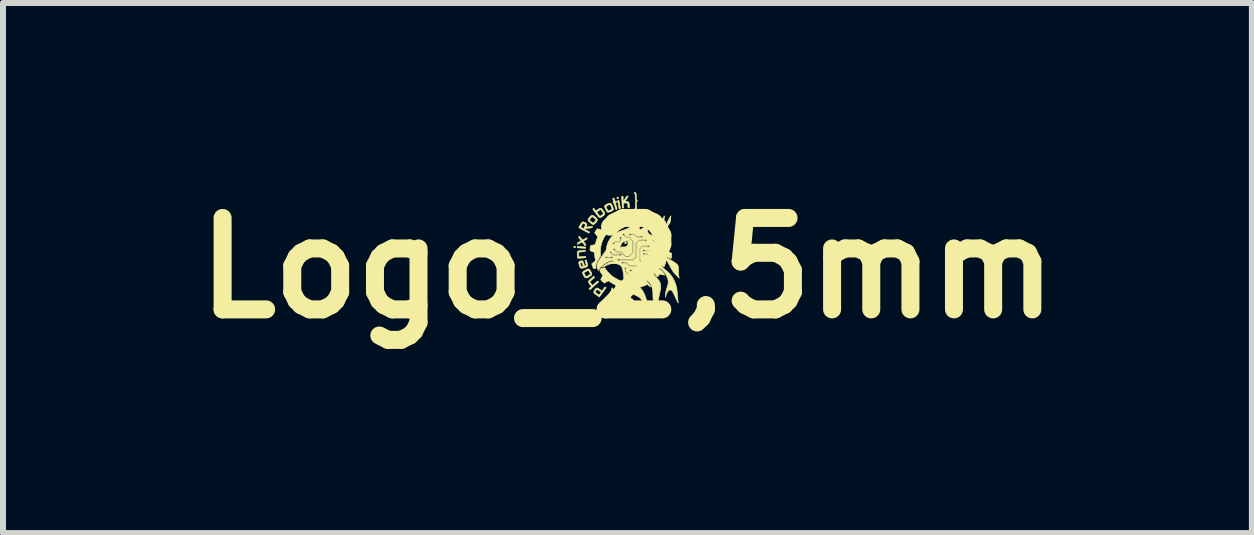
<source format=kicad_pcb>
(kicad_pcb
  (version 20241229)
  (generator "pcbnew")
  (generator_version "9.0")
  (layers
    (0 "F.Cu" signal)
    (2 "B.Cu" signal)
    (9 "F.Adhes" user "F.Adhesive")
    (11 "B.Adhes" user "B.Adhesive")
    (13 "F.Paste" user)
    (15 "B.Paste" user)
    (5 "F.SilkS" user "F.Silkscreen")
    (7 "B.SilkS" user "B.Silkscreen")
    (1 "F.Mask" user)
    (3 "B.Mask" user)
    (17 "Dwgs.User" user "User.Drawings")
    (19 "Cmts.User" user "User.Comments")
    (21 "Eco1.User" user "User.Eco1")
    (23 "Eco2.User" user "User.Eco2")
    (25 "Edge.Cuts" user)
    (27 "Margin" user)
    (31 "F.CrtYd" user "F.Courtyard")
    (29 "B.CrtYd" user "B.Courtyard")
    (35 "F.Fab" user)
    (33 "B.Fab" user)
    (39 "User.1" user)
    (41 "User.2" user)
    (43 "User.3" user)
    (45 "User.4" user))
  (footprint "Logo_2,5mm"
    (layer "F.Cu")
    (at 7.41 1.418)
    (property "Reference" "Logo_2,5mm" (at 0 0 0) (layer "F.SilkS") (effects (font (size 1.524 1.524) (thickness 0.3))))
    (attr through_hole)
    (fp_poly (pts (xy -0.353 -0.177) (xy -0.354 -0.175) (xy -0.356 -0.177) (xy -0.354 -0.178) (xy -0.353 -0.177)) (stroke (width 0.01) (type solid)) (fill yes) (layer "F.SilkS"))
    (fp_poly (pts (xy -0.277 -0.26) (xy -0.278 -0.259) (xy -0.279 -0.26) (xy -0.278 -0.262) (xy -0.277 -0.26)) (stroke (width 0.01) (type solid)) (fill yes) (layer "F.SilkS"))
    (fp_poly (pts (xy -0.259 -0.177) (xy -0.26 -0.175) (xy -0.262 -0.177) (xy -0.26 -0.178) (xy -0.259 -0.177)) (stroke (width 0.01) (type solid)) (fill yes) (layer "F.SilkS"))
    (fp_poly (pts (xy -0.231 -0.41) (xy -0.232 -0.409) (xy -0.234 -0.41) (xy -0.232 -0.411) (xy -0.231 -0.41)) (stroke (width 0.01) (type solid)) (fill yes) (layer "F.SilkS"))
    (fp_poly (pts (xy -0.221 -0.311) (xy -0.222 -0.31) (xy -0.224 -0.311) (xy -0.222 -0.312) (xy -0.221 -0.311)) (stroke (width 0.01) (type solid)) (fill yes) (layer "F.SilkS"))
    (fp_poly (pts (xy -0.033 0.001) (xy -0.034 0.003) (xy -0.036 0.001) (xy -0.034 0) (xy -0.033 0.001)) (stroke (width 0.01) (type solid)) (fill yes) (layer "F.SilkS"))
    (fp_poly (pts (xy 0.041 -0.558) (xy 0.039 -0.556) (xy 0.038 -0.558) (xy 0.039 -0.559) (xy 0.041 -0.558)) (stroke (width 0.01) (type solid)) (fill yes) (layer "F.SilkS"))
    (fp_poly (pts (xy 0.051 0.044) (xy 0.05 0.046) (xy 0.048 0.044) (xy 0.05 0.043) (xy 0.051 0.044)) (stroke (width 0.01) (type solid)) (fill yes) (layer "F.SilkS"))
    (fp_poly (pts (xy 0.269 -0.291) (xy 0.268 -0.29) (xy 0.267 -0.291) (xy 0.268 -0.292) (xy 0.269 -0.291)) (stroke (width 0.01) (type solid)) (fill yes) (layer "F.SilkS"))
    (fp_poly (pts (xy 0.307 -0.464) (xy 0.306 -0.462) (xy 0.305 -0.464) (xy 0.306 -0.465) (xy 0.307 -0.464)) (stroke (width 0.01) (type solid)) (fill yes) (layer "F.SilkS"))
    (fp_poly (pts (xy 0.356 -0.364) (xy 0.354 -0.363) (xy 0.353 -0.364) (xy 0.354 -0.366) (xy 0.356 -0.364)) (stroke (width 0.01) (type solid)) (fill yes) (layer "F.SilkS"))
    (fp_poly (pts (xy 0.427 -0.87) (xy 0.425 -0.869) (xy 0.424 -0.87) (xy 0.425 -0.871) (xy 0.427 -0.87)) (stroke (width 0.01) (type solid)) (fill yes) (layer "F.SilkS"))
    (fp_poly (pts (xy 0.47 -0.291) (xy 0.469 -0.29) (xy 0.467 -0.291) (xy 0.469 -0.292) (xy 0.47 -0.291)) (stroke (width 0.01) (type solid)) (fill yes) (layer "F.SilkS"))
    (fp_poly (pts (xy 0.526 -0.56) (xy 0.525 -0.559) (xy 0.523 -0.56) (xy 0.525 -0.561) (xy 0.526 -0.56)) (stroke (width 0.01) (type solid)) (fill yes) (layer "F.SilkS"))
    (fp_poly (pts (xy 0.574 -0.494) (xy 0.573 -0.493) (xy 0.572 -0.494) (xy 0.573 -0.495) (xy 0.574 -0.494)) (stroke (width 0.01) (type solid)) (fill yes) (layer "F.SilkS"))
    (fp_poly (pts (xy 0.502 0.76) (xy 0.502 0.763) (xy 0.502 0.764) (xy 0.501 0.763) (xy 0.5 0.762) (xy 0.501 0.76) (xy 0.502 0.76)) (stroke (width 0.01) (type solid)) (fill yes) (layer "F.SilkS"))
    (fp_poly (pts (xy 0.537 -0.684) (xy 0.536 -0.681) (xy 0.533 -0.677) (xy 0.528 -0.676) (xy 0.521 -0.676) (xy 0.509 -0.676) (xy 0.523 -0.681) (xy 0.531 -0.683) (xy 0.536 -0.685) (xy 0.538 -0.686) (xy 0.537 -0.684)) (stroke (width 0.01) (type solid)) (fill yes) (layer "F.SilkS"))
    (fp_poly (pts (xy -0.868 -0.362) (xy -0.867 -0.361) (xy -0.867 -0.359) (xy -0.868 -0.354) (xy -0.869 -0.348) (xy -0.869 -0.343) (xy -0.871 -0.341) (xy -0.875 -0.34) (xy -0.882 -0.34) (xy -0.894 -0.34) (xy -0.894 -0.351) (xy -0.893 -0.362) (xy -0.879 -0.363) (xy -0.871 -0.363) (xy -0.868 -0.362)) (stroke (width 0.01) (type solid)) (fill yes) (layer "F.SilkS"))
    (fp_poly (pts (xy -0.018 -0.435) (xy -0.016 -0.43) (xy -0.016 -0.429) (xy -0.017 -0.422) (xy -0.021 -0.415) (xy -0.027 -0.41) (xy -0.034 -0.407) (xy -0.041 -0.406) (xy -0.044 -0.408) (xy -0.046 -0.413) (xy -0.045 -0.42) (xy -0.041 -0.427) (xy -0.035 -0.432) (xy -0.028 -0.436) (xy -0.024 -0.436) (xy -0.018 -0.435)) (stroke (width 0.01) (type solid)) (fill yes) (layer "F.SilkS"))
    (fp_poly (pts (xy -0.154 -1.18) (xy -0.153 -1.175) (xy -0.152 -1.171) (xy -0.151 -1.164) (xy -0.15 -1.16) (xy -0.151 -1.159) (xy -0.154 -1.158) (xy -0.16 -1.157) (xy -0.162 -1.156) (xy -0.172 -1.155) (xy -0.175 -1.166) (xy -0.176 -1.174) (xy -0.174 -1.178) (xy -0.17 -1.181) (xy -0.163 -1.181) (xy -0.157 -1.182) (xy -0.154 -1.18)) (stroke (width 0.01) (type solid)) (fill yes) (layer "F.SilkS"))
    (fp_poly (pts (xy 0.504 -0.783) (xy 0.504 -0.782) (xy 0.507 -0.779) (xy 0.508 -0.777) (xy 0.506 -0.775) (xy 0.5 -0.773) (xy 0.491 -0.77) (xy 0.482 -0.767) (xy 0.473 -0.766) (xy 0.472 -0.766) (xy 0.461 -0.764) (xy 0.468 -0.769) (xy 0.475 -0.773) (xy 0.483 -0.778) (xy 0.488 -0.78) (xy 0.495 -0.783) (xy 0.5 -0.784) (xy 0.504 -0.783)) (stroke (width 0.01) (type solid)) (fill yes) (layer "F.SilkS"))
    (fp_poly (pts (xy -0.135 -1.09) (xy -0.13 -1.064) (xy -0.126 -1.043) (xy -0.122 -1.026) (xy -0.12 -1.013) (xy -0.118 -1.004) (xy -0.117 -0.998) (xy -0.117 -0.995) (xy -0.118 -0.994) (xy -0.121 -0.993) (xy -0.127 -0.992) (xy -0.129 -0.991) (xy -0.139 -0.99) (xy -0.152 -1.055) (xy -0.156 -1.073) (xy -0.159 -1.089) (xy -0.161 -1.102) (xy -0.163 -1.113) (xy -0.164 -1.12) (xy -0.163 -1.123) (xy -0.16 -1.124) (xy -0.153 -1.126) (xy -0.152 -1.126) (xy -0.143 -1.128) (xy -0.135 -1.09)) (stroke (width 0.01) (type solid)) (fill yes) (layer "F.SilkS"))
    (fp_poly (pts (xy 0.352 -0.797) (xy 0.362 -0.792) (xy 0.373 -0.785) (xy 0.384 -0.778) (xy 0.387 -0.776) (xy 0.406 -0.764) (xy 0.385 -0.759) (xy 0.36 -0.752) (xy 0.335 -0.741) (xy 0.313 -0.728) (xy 0.305 -0.722) (xy 0.3 -0.718) (xy 0.296 -0.717) (xy 0.296 -0.716) (xy 0.294 -0.718) (xy 0.288 -0.72) (xy 0.28 -0.724) (xy 0.277 -0.726) (xy 0.268 -0.73) (xy 0.261 -0.734) (xy 0.257 -0.736) (xy 0.257 -0.736) (xy 0.257 -0.738) (xy 0.26 -0.743) (xy 0.267 -0.75) (xy 0.275 -0.758) (xy 0.286 -0.767) (xy 0.297 -0.777) (xy 0.309 -0.786) (xy 0.32 -0.794) (xy 0.337 -0.806) (xy 0.352 -0.797)) (stroke (width 0.01) (type solid)) (fill yes) (layer "F.SilkS"))
    (fp_poly (pts (xy 0.575 -0.58) (xy 0.58 -0.573) (xy 0.587 -0.561) (xy 0.588 -0.56) (xy 0.6 -0.538) (xy 0.635 -0.541) (xy 0.629 -0.536) (xy 0.623 -0.532) (xy 0.615 -0.528) (xy 0.606 -0.523) (xy 0.605 -0.523) (xy 0.595 -0.518) (xy 0.586 -0.516) (xy 0.576 -0.514) (xy 0.566 -0.514) (xy 0.551 -0.514) (xy 0.537 -0.516) (xy 0.53 -0.517) (xy 0.519 -0.52) (xy 0.513 -0.522) (xy 0.511 -0.525) (xy 0.514 -0.529) (xy 0.521 -0.534) (xy 0.528 -0.539) (xy 0.537 -0.546) (xy 0.547 -0.555) (xy 0.556 -0.563) (xy 0.564 -0.57) (xy 0.569 -0.576) (xy 0.571 -0.58) (xy 0.572 -0.58) (xy 0.573 -0.582) (xy 0.575 -0.58)) (stroke (width 0.01) (type solid)) (fill yes) (layer "F.SilkS"))
    (fp_poly (pts (xy -0.818 -0.359) (xy -0.81 -0.359) (xy -0.798 -0.358) (xy -0.784 -0.357) (xy -0.768 -0.356) (xy -0.751 -0.354) (xy -0.736 -0.353) (xy -0.722 -0.352) (xy -0.711 -0.351) (xy -0.703 -0.351) (xy -0.7 -0.35) (xy -0.7 -0.35) (xy -0.7 -0.347) (xy -0.7 -0.341) (xy -0.7 -0.338) (xy -0.701 -0.332) (xy -0.703 -0.329) (xy -0.707 -0.328) (xy -0.708 -0.328) (xy -0.713 -0.328) (xy -0.721 -0.329) (xy -0.733 -0.33) (xy -0.748 -0.331) (xy -0.765 -0.332) (xy -0.775 -0.333) (xy -0.792 -0.334) (xy -0.807 -0.335) (xy -0.819 -0.336) (xy -0.829 -0.337) (xy -0.834 -0.337) (xy -0.836 -0.338) (xy -0.836 -0.34) (xy -0.836 -0.346) (xy -0.836 -0.349) (xy -0.835 -0.361) (xy -0.818 -0.359)) (stroke (width 0.01) (type solid)) (fill yes) (layer "F.SilkS"))
    (fp_poly (pts (xy 0.595 -0.135) (xy 0.604 -0.134) (xy 0.611 -0.132) (xy 0.613 -0.13) (xy 0.623 -0.124) (xy 0.631 -0.118) (xy 0.637 -0.111) (xy 0.64 -0.106) (xy 0.64 -0.105) (xy 0.639 -0.101) (xy 0.637 -0.092) (xy 0.634 -0.082) (xy 0.63 -0.07) (xy 0.625 -0.057) (xy 0.621 -0.045) (xy 0.617 -0.035) (xy 0.615 -0.03) (xy 0.611 -0.023) (xy 0.608 -0.019) (xy 0.607 -0.018) (xy 0.605 -0.02) (xy 0.6 -0.024) (xy 0.594 -0.031) (xy 0.592 -0.034) (xy 0.574 -0.056) (xy 0.562 -0.076) (xy 0.554 -0.095) (xy 0.551 -0.112) (xy 0.551 -0.114) (xy 0.552 -0.123) (xy 0.555 -0.13) (xy 0.56 -0.133) (xy 0.569 -0.135) (xy 0.582 -0.136) (xy 0.583 -0.136) (xy 0.595 -0.135)) (stroke (width 0.01) (type solid)) (fill yes) (layer "F.SilkS"))
    (fp_poly (pts (xy 0.725 -0.869) (xy 0.724 -0.863) (xy 0.724 -0.857) (xy 0.723 -0.848) (xy 0.721 -0.836) (xy 0.72 -0.822) (xy 0.719 -0.813) (xy 0.716 -0.79) (xy 0.712 -0.771) (xy 0.706 -0.754) (xy 0.697 -0.737) (xy 0.695 -0.734) (xy 0.69 -0.727) (xy 0.684 -0.719) (xy 0.676 -0.71) (xy 0.669 -0.701) (xy 0.661 -0.693) (xy 0.655 -0.687) (xy 0.65 -0.682) (xy 0.648 -0.681) (xy 0.648 -0.681) (xy 0.648 -0.685) (xy 0.65 -0.693) (xy 0.652 -0.703) (xy 0.655 -0.716) (xy 0.658 -0.729) (xy 0.66 -0.741) (xy 0.663 -0.753) (xy 0.665 -0.761) (xy 0.667 -0.766) (xy 0.671 -0.776) (xy 0.677 -0.789) (xy 0.684 -0.804) (xy 0.693 -0.82) (xy 0.702 -0.835) (xy 0.71 -0.849) (xy 0.711 -0.851) (xy 0.717 -0.86) (xy 0.722 -0.867) (xy 0.724 -0.871) (xy 0.725 -0.871) (xy 0.725 -0.869)) (stroke (width 0.01) (type solid)) (fill yes) (layer "F.SilkS"))
    (fp_poly (pts (xy -0.097 0.345) (xy -0.097 0.35) (xy -0.097 0.358) (xy -0.097 0.367) (xy -0.098 0.377) (xy -0.1 0.387) (xy -0.1 0.387) (xy -0.105 0.4) (xy -0.111 0.412) (xy -0.119 0.425) (xy -0.13 0.44) (xy -0.145 0.456) (xy -0.145 0.456) (xy -0.158 0.471) (xy -0.168 0.483) (xy -0.176 0.494) (xy -0.183 0.506) (xy -0.19 0.519) (xy -0.191 0.522) (xy -0.194 0.529) (xy -0.197 0.533) (xy -0.198 0.533) (xy -0.198 0.533) (xy -0.197 0.527) (xy -0.195 0.518) (xy -0.191 0.506) (xy -0.187 0.494) (xy -0.183 0.482) (xy -0.179 0.472) (xy -0.177 0.469) (xy -0.169 0.454) (xy -0.161 0.441) (xy -0.151 0.428) (xy -0.138 0.413) (xy -0.13 0.403) (xy -0.122 0.392) (xy -0.115 0.38) (xy -0.108 0.369) (xy -0.104 0.359) (xy -0.102 0.351) (xy -0.102 0.35) (xy -0.1 0.346) (xy -0.099 0.344) (xy -0.097 0.345)) (stroke (width 0.01) (type solid)) (fill yes) (layer "F.SilkS"))
    (fp_poly (pts (xy 0.391 -0.657) (xy 0.399 -0.654) (xy 0.408 -0.651) (xy 0.412 -0.649) (xy 0.424 -0.645) (xy 0.436 -0.641) (xy 0.447 -0.638) (xy 0.448 -0.637) (xy 0.463 -0.636) (xy 0.48 -0.636) (xy 0.498 -0.637) (xy 0.515 -0.64) (xy 0.518 -0.641) (xy 0.531 -0.645) (xy 0.539 -0.634) (xy 0.546 -0.626) (xy 0.552 -0.618) (xy 0.557 -0.61) (xy 0.56 -0.604) (xy 0.561 -0.601) (xy 0.561 -0.601) (xy 0.557 -0.598) (xy 0.549 -0.594) (xy 0.539 -0.589) (xy 0.529 -0.584) (xy 0.518 -0.579) (xy 0.509 -0.575) (xy 0.504 -0.573) (xy 0.492 -0.568) (xy 0.483 -0.565) (xy 0.477 -0.564) (xy 0.472 -0.565) (xy 0.467 -0.569) (xy 0.461 -0.577) (xy 0.455 -0.584) (xy 0.446 -0.594) (xy 0.435 -0.607) (xy 0.423 -0.619) (xy 0.411 -0.631) (xy 0.411 -0.632) (xy 0.402 -0.641) (xy 0.394 -0.649) (xy 0.39 -0.654) (xy 0.387 -0.657) (xy 0.388 -0.658) (xy 0.391 -0.657)) (stroke (width 0.01) (type solid)) (fill yes) (layer "F.SilkS"))
    (fp_poly (pts (xy 0.027 0.477) (xy 0.038 0.486) (xy 0.05 0.496) (xy 0.062 0.505) (xy 0.066 0.507) (xy 0.076 0.514) (xy 0.085 0.522) (xy 0.092 0.528) (xy 0.094 0.53) (xy 0.1 0.54) (xy 0.105 0.553) (xy 0.107 0.568) (xy 0.106 0.585) (xy 0.103 0.607) (xy 0.099 0.63) (xy 0.095 0.647) (xy 0.093 0.66) (xy 0.091 0.673) (xy 0.091 0.686) (xy 0.091 0.702) (xy 0.091 0.722) (xy 0.092 0.737) (xy 0.093 0.749) (xy 0.095 0.755) (xy 0.097 0.764) (xy 0.098 0.771) (xy 0.098 0.774) (xy 0.098 0.774) (xy 0.097 0.772) (xy 0.092 0.767) (xy 0.085 0.76) (xy 0.077 0.751) (xy 0.07 0.743) (xy 0.054 0.725) (xy 0.042 0.707) (xy 0.032 0.691) (xy 0.024 0.673) (xy 0.018 0.653) (xy 0.016 0.649) (xy 0.008 0.615) (xy 0.004 0.584) (xy 0.003 0.554) (xy 0.006 0.525) (xy 0.008 0.513) (xy 0.011 0.495) (xy 0.012 0.481) (xy 0.011 0.474) (xy 0.01 0.462) (xy 0.027 0.477)) (stroke (width 0.01) (type solid)) (fill yes) (layer "F.SilkS"))
    (fp_poly (pts (xy 0.51 0.012) (xy 0.527 0.017) (xy 0.545 0.026) (xy 0.563 0.039) (xy 0.576 0.051) (xy 0.583 0.06) (xy 0.592 0.071) (xy 0.6 0.082) (xy 0.607 0.092) (xy 0.614 0.102) (xy 0.618 0.11) (xy 0.62 0.116) (xy 0.62 0.117) (xy 0.617 0.118) (xy 0.61 0.117) (xy 0.598 0.115) (xy 0.584 0.112) (xy 0.578 0.11) (xy 0.565 0.107) (xy 0.553 0.104) (xy 0.544 0.103) (xy 0.539 0.102) (xy 0.538 0.102) (xy 0.533 0.108) (xy 0.527 0.115) (xy 0.52 0.124) (xy 0.512 0.132) (xy 0.506 0.139) (xy 0.5 0.144) (xy 0.497 0.147) (xy 0.497 0.147) (xy 0.494 0.145) (xy 0.489 0.14) (xy 0.482 0.134) (xy 0.48 0.131) (xy 0.468 0.115) (xy 0.458 0.097) (xy 0.452 0.08) (xy 0.45 0.071) (xy 0.45 0.065) (xy 0.45 0.06) (xy 0.452 0.055) (xy 0.455 0.049) (xy 0.46 0.042) (xy 0.465 0.035) (xy 0.472 0.025) (xy 0.478 0.019) (xy 0.482 0.015) (xy 0.486 0.013) (xy 0.491 0.012) (xy 0.493 0.012) (xy 0.51 0.012)) (stroke (width 0.01) (type solid)) (fill yes) (layer "F.SilkS"))
    (fp_poly (pts (xy -0.217 -1.14) (xy -0.213 -1.129) (xy -0.21 -1.121) (xy -0.208 -1.116) (xy -0.207 -1.114) (xy -0.203 -1.115) (xy -0.196 -1.116) (xy -0.195 -1.116) (xy -0.189 -1.117) (xy -0.186 -1.116) (xy -0.184 -1.111) (xy -0.183 -1.109) (xy -0.182 -1.101) (xy -0.182 -1.097) (xy -0.187 -1.094) (xy -0.191 -1.093) (xy -0.197 -1.092) (xy -0.201 -1.091) (xy -0.201 -1.091) (xy -0.201 -1.088) (xy -0.199 -1.081) (xy -0.197 -1.071) (xy -0.193 -1.058) (xy -0.189 -1.043) (xy -0.188 -1.038) (xy -0.183 -1.023) (xy -0.179 -1.009) (xy -0.176 -0.997) (xy -0.174 -0.989) (xy -0.173 -0.984) (xy -0.173 -0.984) (xy -0.175 -0.982) (xy -0.18 -0.979) (xy -0.187 -0.977) (xy -0.192 -0.975) (xy -0.193 -0.975) (xy -0.194 -0.978) (xy -0.196 -0.984) (xy -0.199 -0.994) (xy -0.203 -1.007) (xy -0.207 -1.022) (xy -0.209 -1.029) (xy -0.214 -1.046) (xy -0.218 -1.059) (xy -0.221 -1.069) (xy -0.224 -1.075) (xy -0.226 -1.079) (xy -0.227 -1.081) (xy -0.229 -1.082) (xy -0.23 -1.082) (xy -0.235 -1.083) (xy -0.237 -1.088) (xy -0.239 -1.092) (xy -0.241 -1.099) (xy -0.241 -1.103) (xy -0.239 -1.105) (xy -0.236 -1.105) (xy -0.232 -1.106) (xy -0.232 -1.108) (xy -0.235 -1.117) (xy -0.238 -1.127) (xy -0.241 -1.138) (xy -0.243 -1.148) (xy -0.244 -1.156) (xy -0.245 -1.16) (xy -0.244 -1.161) (xy -0.241 -1.163) (xy -0.234 -1.165) (xy -0.233 -1.165) (xy -0.224 -1.166) (xy -0.217 -1.14)) (stroke (width 0.01) (type solid)) (fill yes) (layer "F.SilkS"))
    (fp_poly (pts (xy 0.294 0.201) (xy 0.31 0.211) (xy 0.326 0.224) (xy 0.341 0.239) (xy 0.354 0.255) (xy 0.36 0.264) (xy 0.366 0.274) (xy 0.372 0.285) (xy 0.377 0.295) (xy 0.382 0.304) (xy 0.385 0.311) (xy 0.386 0.315) (xy 0.386 0.315) (xy 0.383 0.315) (xy 0.378 0.311) (xy 0.371 0.305) (xy 0.361 0.298) (xy 0.358 0.296) (xy 0.349 0.288) (xy 0.34 0.281) (xy 0.334 0.277) (xy 0.331 0.274) (xy 0.331 0.274) (xy 0.329 0.275) (xy 0.323 0.278) (xy 0.314 0.282) (xy 0.311 0.283) (xy 0.303 0.286) (xy 0.293 0.291) (xy 0.282 0.295) (xy 0.269 0.3) (xy 0.257 0.305) (xy 0.245 0.309) (xy 0.236 0.312) (xy 0.23 0.314) (xy 0.228 0.315) (xy 0.226 0.313) (xy 0.22 0.31) (xy 0.213 0.304) (xy 0.209 0.301) (xy 0.193 0.289) (xy 0.177 0.279) (xy 0.159 0.271) (xy 0.138 0.264) (xy 0.121 0.26) (xy 0.107 0.256) (xy 0.094 0.253) (xy 0.084 0.249) (xy 0.076 0.247) (xy 0.075 0.246) (xy 0.065 0.242) (xy 0.09 0.24) (xy 0.104 0.239) (xy 0.12 0.237) (xy 0.134 0.235) (xy 0.137 0.235) (xy 0.149 0.233) (xy 0.157 0.233) (xy 0.161 0.234) (xy 0.167 0.236) (xy 0.173 0.235) (xy 0.178 0.231) (xy 0.183 0.227) (xy 0.192 0.223) (xy 0.201 0.221) (xy 0.211 0.217) (xy 0.224 0.213) (xy 0.238 0.208) (xy 0.248 0.204) (xy 0.277 0.193) (xy 0.294 0.201)) (stroke (width 0.01) (type solid)) (fill yes) (layer "F.SilkS"))
    (fp_poly (pts (xy -0.561 0.141) (xy -0.557 0.146) (xy -0.555 0.147) (xy -0.55 0.152) (xy -0.549 0.155) (xy -0.551 0.158) (xy -0.553 0.16) (xy -0.556 0.163) (xy -0.563 0.169) (xy -0.571 0.177) (xy -0.582 0.186) (xy -0.592 0.195) (xy -0.606 0.207) (xy -0.616 0.217) (xy -0.623 0.225) (xy -0.627 0.23) (xy -0.627 0.231) (xy -0.626 0.235) (xy -0.623 0.24) (xy -0.617 0.248) (xy -0.608 0.259) (xy -0.595 0.273) (xy -0.589 0.28) (xy -0.58 0.29) (xy -0.539 0.253) (xy -0.527 0.242) (xy -0.516 0.232) (xy -0.507 0.225) (xy -0.5 0.219) (xy -0.496 0.216) (xy -0.496 0.216) (xy -0.493 0.218) (xy -0.488 0.222) (xy -0.487 0.224) (xy -0.481 0.233) (xy -0.548 0.292) (xy -0.567 0.309) (xy -0.583 0.324) (xy -0.596 0.335) (xy -0.606 0.344) (xy -0.614 0.35) (xy -0.62 0.354) (xy -0.624 0.357) (xy -0.627 0.358) (xy -0.629 0.358) (xy -0.63 0.357) (xy -0.631 0.355) (xy -0.633 0.352) (xy -0.634 0.352) (xy -0.641 0.342) (xy -0.627 0.33) (xy -0.619 0.323) (xy -0.611 0.316) (xy -0.606 0.312) (xy -0.598 0.305) (xy -0.621 0.28) (xy -0.634 0.265) (xy -0.643 0.252) (xy -0.649 0.241) (xy -0.651 0.232) (xy -0.65 0.223) (xy -0.645 0.214) (xy -0.637 0.205) (xy -0.632 0.199) (xy -0.623 0.191) (xy -0.613 0.182) (xy -0.603 0.172) (xy -0.592 0.163) (xy -0.582 0.154) (xy -0.574 0.147) (xy -0.568 0.142) (xy -0.564 0.14) (xy -0.564 0.14) (xy -0.561 0.141)) (stroke (width 0.01) (type solid)) (fill yes) (layer "F.SilkS"))
    (fp_poly (pts (xy 0.121 -1.259) (xy 0.124 -1.259) (xy 0.132 -1.257) (xy 0.138 -1.252) (xy 0.142 -1.245) (xy 0.144 -1.234) (xy 0.145 -1.226) (xy 0.146 -1.215) (xy 0.147 -1.2) (xy 0.147 -1.185) (xy 0.147 -1.175) (xy 0.148 -1.156) (xy 0.15 -1.142) (xy 0.153 -1.133) (xy 0.157 -1.128) (xy 0.159 -1.128) (xy 0.162 -1.126) (xy 0.163 -1.121) (xy 0.162 -1.114) (xy 0.159 -1.107) (xy 0.156 -1.104) (xy 0.149 -1.097) (xy 0.15 -1.043) (xy 0.151 -0.988) (xy 0.145 -0.982) (xy 0.138 -0.977) (xy 0.13 -0.974) (xy 0.125 -0.973) (xy 0.122 -0.975) (xy 0.122 -0.98) (xy 0.122 -0.981) (xy 0.123 -0.988) (xy 0.127 -0.991) (xy 0.128 -0.992) (xy 0.13 -0.993) (xy 0.131 -0.994) (xy 0.132 -0.997) (xy 0.133 -1.001) (xy 0.133 -1.008) (xy 0.133 -1.018) (xy 0.133 -1.031) (xy 0.133 -1.049) (xy 0.133 -1.068) (xy 0.134 -1.082) (xy 0.134 -1.093) (xy 0.135 -1.1) (xy 0.135 -1.105) (xy 0.137 -1.109) (xy 0.137 -1.11) (xy 0.14 -1.114) (xy 0.14 -1.118) (xy 0.138 -1.124) (xy 0.136 -1.126) (xy 0.135 -1.13) (xy 0.133 -1.135) (xy 0.132 -1.141) (xy 0.131 -1.15) (xy 0.131 -1.161) (xy 0.13 -1.177) (xy 0.13 -1.186) (xy 0.129 -1.201) (xy 0.128 -1.215) (xy 0.128 -1.227) (xy 0.127 -1.235) (xy 0.126 -1.239) (xy 0.126 -1.239) (xy 0.122 -1.242) (xy 0.119 -1.242) (xy 0.116 -1.243) (xy 0.114 -1.247) (xy 0.114 -1.251) (xy 0.115 -1.257) (xy 0.116 -1.26) (xy 0.121 -1.259)) (stroke (width 0.01) (type solid)) (fill yes) (layer "F.SilkS"))
    (fp_poly (pts (xy -0.575 -0.878) (xy -0.566 -0.873) (xy -0.561 -0.869) (xy -0.553 -0.863) (xy -0.543 -0.855) (xy -0.533 -0.846) (xy -0.533 -0.846) (xy -0.519 -0.833) (xy -0.509 -0.822) (xy -0.503 -0.812) (xy -0.501 -0.803) (xy -0.503 -0.793) (xy -0.509 -0.782) (xy -0.518 -0.768) (xy -0.527 -0.758) (xy -0.539 -0.744) (xy -0.551 -0.734) (xy -0.562 -0.727) (xy -0.57 -0.724) (xy -0.571 -0.724) (xy -0.576 -0.725) (xy -0.583 -0.728) (xy -0.585 -0.728) (xy -0.591 -0.732) (xy -0.6 -0.739) (xy -0.611 -0.747) (xy -0.621 -0.756) (xy -0.632 -0.766) (xy -0.642 -0.775) (xy -0.649 -0.782) (xy -0.653 -0.788) (xy -0.654 -0.789) (xy -0.657 -0.797) (xy -0.658 -0.804) (xy -0.658 -0.804) (xy -0.632 -0.804) (xy -0.631 -0.8) (xy -0.625 -0.793) (xy -0.618 -0.785) (xy -0.609 -0.776) (xy -0.599 -0.767) (xy -0.589 -0.76) (xy -0.58 -0.754) (xy -0.574 -0.75) (xy -0.571 -0.75) (xy -0.567 -0.752) (xy -0.561 -0.757) (xy -0.553 -0.765) (xy -0.546 -0.773) (xy -0.536 -0.785) (xy -0.53 -0.793) (xy -0.526 -0.8) (xy -0.526 -0.806) (xy -0.529 -0.811) (xy -0.533 -0.814) (xy -0.547 -0.828) (xy -0.561 -0.839) (xy -0.572 -0.847) (xy -0.58 -0.853) (xy -0.586 -0.855) (xy -0.587 -0.856) (xy -0.591 -0.853) (xy -0.598 -0.848) (xy -0.605 -0.84) (xy -0.613 -0.831) (xy -0.621 -0.822) (xy -0.627 -0.814) (xy -0.631 -0.808) (xy -0.632 -0.804) (xy -0.658 -0.804) (xy -0.656 -0.812) (xy -0.651 -0.821) (xy -0.644 -0.832) (xy -0.633 -0.845) (xy -0.63 -0.849) (xy -0.617 -0.863) (xy -0.605 -0.873) (xy -0.594 -0.879) (xy -0.585 -0.881) (xy -0.575 -0.878)) (stroke (width 0.01) (type solid)) (fill yes) (layer "F.SilkS"))
    (fp_poly (pts (xy -0.287 -1.081) (xy -0.279 -1.078) (xy -0.271 -1.071) (xy -0.264 -1.06) (xy -0.256 -1.045) (xy -0.247 -1.025) (xy -0.244 -1.018) (xy -0.238 -1.003) (xy -0.234 -0.991) (xy -0.234 -0.981) (xy -0.235 -0.973) (xy -0.24 -0.967) (xy -0.243 -0.963) (xy -0.252 -0.956) (xy -0.265 -0.949) (xy -0.279 -0.942) (xy -0.294 -0.936) (xy -0.308 -0.932) (xy -0.318 -0.93) (xy -0.327 -0.93) (xy -0.332 -0.931) (xy -0.336 -0.933) (xy -0.341 -0.938) (xy -0.346 -0.944) (xy -0.352 -0.955) (xy -0.359 -0.968) (xy -0.364 -0.979) (xy -0.372 -0.998) (xy -0.378 -1.012) (xy -0.381 -1.024) (xy -0.38 -1.026) (xy -0.356 -1.026) (xy -0.356 -1.022) (xy -0.354 -1.015) (xy -0.35 -1.006) (xy -0.345 -0.993) (xy -0.345 -0.993) (xy -0.339 -0.981) (xy -0.334 -0.97) (xy -0.33 -0.962) (xy -0.327 -0.957) (xy -0.326 -0.957) (xy -0.323 -0.954) (xy -0.319 -0.953) (xy -0.314 -0.954) (xy -0.306 -0.957) (xy -0.294 -0.961) (xy -0.284 -0.966) (xy -0.271 -0.973) (xy -0.262 -0.978) (xy -0.258 -0.982) (xy -0.258 -0.983) (xy -0.258 -0.988) (xy -0.26 -0.995) (xy -0.264 -1.006) (xy -0.269 -1.017) (xy -0.274 -1.028) (xy -0.279 -1.039) (xy -0.284 -1.048) (xy -0.288 -1.053) (xy -0.289 -1.053) (xy -0.295 -1.059) (xy -0.307 -1.054) (xy -0.324 -1.047) (xy -0.339 -1.04) (xy -0.349 -1.034) (xy -0.355 -1.03) (xy -0.356 -1.029) (xy -0.356 -1.026) (xy -0.38 -1.026) (xy -0.38 -1.034) (xy -0.377 -1.041) (xy -0.37 -1.048) (xy -0.36 -1.055) (xy -0.346 -1.062) (xy -0.341 -1.065) (xy -0.324 -1.073) (xy -0.309 -1.078) (xy -0.297 -1.081) (xy -0.287 -1.081)) (stroke (width 0.01) (type solid)) (fill yes) (layer "F.SilkS"))
    (fp_poly (pts (xy 0.68 -0.539) (xy 0.684 -0.534) (xy 0.688 -0.524) (xy 0.694 -0.511) (xy 0.695 -0.507) (xy 0.7 -0.494) (xy 0.704 -0.483) (xy 0.707 -0.474) (xy 0.708 -0.468) (xy 0.708 -0.467) (xy 0.708 -0.466) (xy 0.705 -0.463) (xy 0.701 -0.459) (xy 0.694 -0.453) (xy 0.685 -0.446) (xy 0.672 -0.436) (xy 0.656 -0.423) (xy 0.649 -0.418) (xy 0.648 -0.416) (xy 0.647 -0.413) (xy 0.647 -0.407) (xy 0.649 -0.398) (xy 0.651 -0.386) (xy 0.652 -0.383) (xy 0.654 -0.368) (xy 0.657 -0.35) (xy 0.659 -0.331) (xy 0.661 -0.314) (xy 0.661 -0.314) (xy 0.664 -0.276) (xy 0.7 -0.261) (xy 0.712 -0.256) (xy 0.723 -0.251) (xy 0.731 -0.247) (xy 0.736 -0.245) (xy 0.737 -0.244) (xy 0.737 -0.241) (xy 0.737 -0.234) (xy 0.737 -0.224) (xy 0.736 -0.212) (xy 0.734 -0.199) (xy 0.733 -0.187) (xy 0.731 -0.176) (xy 0.73 -0.168) (xy 0.729 -0.163) (xy 0.728 -0.162) (xy 0.724 -0.16) (xy 0.718 -0.16) (xy 0.71 -0.162) (xy 0.701 -0.167) (xy 0.688 -0.174) (xy 0.674 -0.183) (xy 0.652 -0.197) (xy 0.631 -0.212) (xy 0.611 -0.226) (xy 0.594 -0.239) (xy 0.581 -0.251) (xy 0.579 -0.252) (xy 0.567 -0.263) (xy 0.564 -0.302) (xy 0.559 -0.344) (xy 0.551 -0.384) (xy 0.541 -0.423) (xy 0.539 -0.43) (xy 0.535 -0.441) (xy 0.532 -0.451) (xy 0.529 -0.458) (xy 0.528 -0.461) (xy 0.528 -0.461) (xy 0.531 -0.462) (xy 0.536 -0.463) (xy 0.54 -0.463) (xy 0.562 -0.469) (xy 0.586 -0.479) (xy 0.611 -0.492) (xy 0.635 -0.509) (xy 0.658 -0.528) (xy 0.666 -0.535) (xy 0.672 -0.539) (xy 0.676 -0.541) (xy 0.68 -0.539)) (stroke (width 0.01) (type solid)) (fill yes) (layer "F.SilkS"))
    (fp_poly (pts (xy -0.704 -0.275) (xy -0.714 -0.273) (xy -0.721 -0.273) (xy -0.731 -0.272) (xy -0.744 -0.271) (xy -0.758 -0.269) (xy -0.762 -0.269) (xy -0.776 -0.268) (xy -0.788 -0.267) (xy -0.797 -0.266) (xy -0.804 -0.265) (xy -0.805 -0.265) (xy -0.809 -0.263) (xy -0.812 -0.261) (xy -0.813 -0.256) (xy -0.814 -0.248) (xy -0.814 -0.237) (xy -0.813 -0.221) (xy -0.813 -0.221) (xy -0.811 -0.208) (xy -0.811 -0.198) (xy -0.81 -0.19) (xy -0.809 -0.186) (xy -0.809 -0.186) (xy -0.807 -0.186) (xy -0.8 -0.187) (xy -0.79 -0.187) (xy -0.778 -0.188) (xy -0.764 -0.189) (xy -0.75 -0.19) (xy -0.737 -0.191) (xy -0.725 -0.193) (xy -0.715 -0.193) (xy -0.708 -0.194) (xy -0.707 -0.194) (xy -0.696 -0.195) (xy -0.696 -0.184) (xy -0.696 -0.18) (xy -0.696 -0.177) (xy -0.697 -0.175) (xy -0.699 -0.173) (xy -0.704 -0.172) (xy -0.71 -0.171) (xy -0.72 -0.17) (xy -0.734 -0.169) (xy -0.752 -0.167) (xy -0.762 -0.166) (xy -0.782 -0.165) (xy -0.798 -0.164) (xy -0.81 -0.163) (xy -0.819 -0.163) (xy -0.825 -0.163) (xy -0.828 -0.164) (xy -0.83 -0.165) (xy -0.831 -0.168) (xy -0.831 -0.171) (xy -0.832 -0.173) (xy -0.832 -0.18) (xy -0.833 -0.19) (xy -0.834 -0.203) (xy -0.835 -0.217) (xy -0.836 -0.221) (xy -0.837 -0.236) (xy -0.837 -0.247) (xy -0.837 -0.255) (xy -0.837 -0.261) (xy -0.836 -0.265) (xy -0.834 -0.268) (xy -0.831 -0.275) (xy -0.828 -0.279) (xy -0.822 -0.283) (xy -0.815 -0.286) (xy -0.804 -0.288) (xy -0.789 -0.29) (xy -0.774 -0.291) (xy -0.759 -0.292) (xy -0.744 -0.294) (xy -0.731 -0.295) (xy -0.721 -0.296) (xy -0.718 -0.296) (xy -0.704 -0.297) (xy -0.704 -0.275)) (stroke (width 0.01) (type solid)) (fill yes) (layer "F.SilkS"))
    (fp_poly (pts (xy -0.25 0.332) (xy -0.246 0.338) (xy -0.242 0.346) (xy -0.241 0.353) (xy -0.242 0.357) (xy -0.244 0.363) (xy -0.247 0.37) (xy -0.252 0.38) (xy -0.26 0.392) (xy -0.268 0.405) (xy -0.278 0.422) (xy -0.286 0.435) (xy -0.291 0.445) (xy -0.294 0.453) (xy -0.294 0.458) (xy -0.293 0.462) (xy -0.292 0.464) (xy -0.291 0.468) (xy -0.294 0.474) (xy -0.294 0.475) (xy -0.298 0.48) (xy -0.302 0.482) (xy -0.304 0.481) (xy -0.308 0.481) (xy -0.312 0.483) (xy -0.316 0.486) (xy -0.321 0.493) (xy -0.328 0.502) (xy -0.337 0.515) (xy -0.347 0.531) (xy -0.355 0.544) (xy -0.362 0.556) (xy -0.369 0.565) (xy -0.373 0.572) (xy -0.376 0.575) (xy -0.383 0.579) (xy -0.392 0.581) (xy -0.401 0.58) (xy -0.403 0.579) (xy -0.408 0.575) (xy -0.408 0.57) (xy -0.406 0.566) (xy -0.401 0.563) (xy -0.396 0.563) (xy -0.393 0.563) (xy -0.39 0.563) (xy -0.387 0.561) (xy -0.383 0.556) (xy -0.379 0.549) (xy -0.372 0.539) (xy -0.365 0.527) (xy -0.354 0.51) (xy -0.346 0.497) (xy -0.339 0.487) (xy -0.334 0.48) (xy -0.33 0.475) (xy -0.326 0.472) (xy -0.323 0.469) (xy -0.321 0.468) (xy -0.315 0.464) (xy -0.313 0.46) (xy -0.312 0.455) (xy -0.312 0.451) (xy -0.311 0.446) (xy -0.309 0.44) (xy -0.305 0.432) (xy -0.299 0.423) (xy -0.291 0.41) (xy -0.281 0.393) (xy -0.281 0.392) (xy -0.272 0.378) (xy -0.266 0.367) (xy -0.262 0.359) (xy -0.26 0.354) (xy -0.26 0.35) (xy -0.261 0.347) (xy -0.262 0.346) (xy -0.263 0.342) (xy -0.262 0.336) (xy -0.259 0.332) (xy -0.256 0.33) (xy -0.25 0.332)) (stroke (width 0.01) (type solid)) (fill yes) (layer "F.SilkS"))
    (fp_poly (pts (xy -0.644 0.017) (xy -0.635 0.023) (xy -0.625 0.034) (xy -0.62 0.042) (xy -0.61 0.061) (xy -0.602 0.076) (xy -0.597 0.088) (xy -0.595 0.098) (xy -0.595 0.106) (xy -0.597 0.113) (xy -0.601 0.119) (xy -0.602 0.12) (xy -0.607 0.124) (xy -0.615 0.13) (xy -0.626 0.137) (xy -0.638 0.145) (xy -0.651 0.152) (xy -0.663 0.158) (xy -0.671 0.162) (xy -0.683 0.165) (xy -0.695 0.164) (xy -0.706 0.161) (xy -0.708 0.159) (xy -0.713 0.153) (xy -0.72 0.144) (xy -0.727 0.133) (xy -0.734 0.12) (xy -0.74 0.108) (xy -0.745 0.097) (xy -0.748 0.088) (xy -0.749 0.086) (xy -0.749 0.083) (xy -0.724 0.083) (xy -0.723 0.088) (xy -0.719 0.095) (xy -0.715 0.105) (xy -0.71 0.115) (xy -0.704 0.125) (xy -0.699 0.133) (xy -0.695 0.139) (xy -0.693 0.141) (xy -0.689 0.142) (xy -0.686 0.141) (xy -0.681 0.14) (xy -0.674 0.137) (xy -0.664 0.132) (xy -0.652 0.125) (xy -0.641 0.119) (xy -0.631 0.112) (xy -0.624 0.107) (xy -0.62 0.104) (xy -0.619 0.103) (xy -0.619 0.098) (xy -0.621 0.09) (xy -0.626 0.081) (xy -0.631 0.07) (xy -0.637 0.06) (xy -0.644 0.051) (xy -0.65 0.044) (xy -0.654 0.041) (xy -0.655 0.041) (xy -0.66 0.042) (xy -0.668 0.045) (xy -0.678 0.05) (xy -0.685 0.054) (xy -0.699 0.061) (xy -0.71 0.067) (xy -0.717 0.072) (xy -0.721 0.076) (xy -0.723 0.079) (xy -0.724 0.082) (xy -0.724 0.083) (xy -0.749 0.083) (xy -0.749 0.078) (xy -0.748 0.071) (xy -0.744 0.065) (xy -0.738 0.058) (xy -0.728 0.051) (xy -0.715 0.043) (xy -0.698 0.033) (xy -0.69 0.029) (xy -0.676 0.023) (xy -0.665 0.018) (xy -0.657 0.015) (xy -0.655 0.015) (xy -0.644 0.017)) (stroke (width 0.01) (type solid)) (fill yes) (layer "F.SilkS"))
    (fp_poly (pts (xy -0.369 0.317) (xy -0.363 0.32) (xy -0.362 0.321) (xy -0.355 0.327) (xy -0.411 0.404) (xy -0.423 0.421) (xy -0.435 0.437) (xy -0.445 0.452) (xy -0.454 0.464) (xy -0.462 0.473) (xy -0.466 0.479) (xy -0.469 0.482) (xy -0.469 0.482) (xy -0.471 0.481) (xy -0.478 0.477) (xy -0.486 0.471) (xy -0.497 0.464) (xy -0.508 0.456) (xy -0.524 0.444) (xy -0.537 0.434) (xy -0.547 0.426) (xy -0.553 0.42) (xy -0.558 0.414) (xy -0.56 0.409) (xy -0.561 0.403) (xy -0.561 0.399) (xy -0.561 0.392) (xy -0.559 0.385) (xy -0.555 0.377) (xy -0.551 0.371) (xy -0.54 0.356) (xy -0.53 0.345) (xy -0.522 0.338) (xy -0.513 0.334) (xy -0.504 0.333) (xy -0.499 0.334) (xy -0.495 0.336) (xy -0.487 0.34) (xy -0.477 0.346) (xy -0.467 0.353) (xy -0.456 0.36) (xy -0.447 0.366) (xy -0.44 0.372) (xy -0.436 0.376) (xy -0.436 0.376) (xy -0.436 0.379) (xy -0.439 0.385) (xy -0.442 0.39) (xy -0.446 0.393) (xy -0.447 0.394) (xy -0.45 0.392) (xy -0.456 0.388) (xy -0.465 0.383) (xy -0.474 0.376) (xy -0.484 0.369) (xy -0.494 0.363) (xy -0.501 0.359) (xy -0.505 0.358) (xy -0.51 0.36) (xy -0.517 0.366) (xy -0.524 0.373) (xy -0.53 0.382) (xy -0.535 0.39) (xy -0.537 0.398) (xy -0.537 0.401) (xy -0.535 0.404) (xy -0.529 0.409) (xy -0.521 0.415) (xy -0.512 0.423) (xy -0.502 0.431) (xy -0.492 0.438) (xy -0.484 0.444) (xy -0.478 0.448) (xy -0.474 0.45) (xy -0.474 0.45) (xy -0.472 0.448) (xy -0.468 0.442) (xy -0.461 0.433) (xy -0.453 0.422) (xy -0.443 0.408) (xy -0.432 0.393) (xy -0.424 0.382) (xy -0.412 0.366) (xy -0.401 0.351) (xy -0.392 0.338) (xy -0.383 0.328) (xy -0.377 0.32) (xy -0.373 0.316) (xy -0.372 0.315) (xy -0.369 0.317)) (stroke (width 0.01) (type solid)) (fill yes) (layer "F.SilkS"))
    (fp_poly (pts (xy -0.803 -0.531) (xy -0.798 -0.526) (xy -0.792 -0.518) (xy -0.784 -0.508) (xy -0.777 -0.5) (xy -0.768 -0.489) (xy -0.761 -0.48) (xy -0.755 -0.473) (xy -0.751 -0.468) (xy -0.749 -0.467) (xy -0.746 -0.469) (xy -0.74 -0.472) (xy -0.731 -0.476) (xy -0.719 -0.482) (xy -0.715 -0.485) (xy -0.7 -0.493) (xy -0.689 -0.499) (xy -0.681 -0.502) (xy -0.677 -0.504) (xy -0.674 -0.504) (xy -0.673 -0.503) (xy -0.674 -0.5) (xy -0.674 -0.496) (xy -0.676 -0.489) (xy -0.677 -0.483) (xy -0.677 -0.482) (xy -0.68 -0.48) (xy -0.686 -0.475) (xy -0.695 -0.47) (xy -0.706 -0.464) (xy -0.707 -0.463) (xy -0.718 -0.458) (xy -0.727 -0.453) (xy -0.734 -0.449) (xy -0.737 -0.447) (xy -0.737 -0.447) (xy -0.735 -0.445) (xy -0.731 -0.439) (xy -0.725 -0.431) (xy -0.717 -0.422) (xy -0.716 -0.42) (xy -0.708 -0.41) (xy -0.702 -0.402) (xy -0.699 -0.397) (xy -0.697 -0.393) (xy -0.697 -0.389) (xy -0.697 -0.386) (xy -0.699 -0.376) (xy -0.701 -0.37) (xy -0.703 -0.368) (xy -0.703 -0.368) (xy -0.705 -0.37) (xy -0.71 -0.376) (xy -0.716 -0.384) (xy -0.724 -0.394) (xy -0.73 -0.401) (xy -0.739 -0.412) (xy -0.746 -0.422) (xy -0.752 -0.429) (xy -0.756 -0.433) (xy -0.757 -0.434) (xy -0.76 -0.433) (xy -0.766 -0.43) (xy -0.775 -0.425) (xy -0.787 -0.419) (xy -0.796 -0.414) (xy -0.809 -0.407) (xy -0.82 -0.402) (xy -0.828 -0.397) (xy -0.833 -0.395) (xy -0.835 -0.394) (xy -0.835 -0.397) (xy -0.834 -0.403) (xy -0.832 -0.409) (xy -0.829 -0.423) (xy -0.801 -0.437) (xy -0.79 -0.443) (xy -0.781 -0.448) (xy -0.774 -0.451) (xy -0.771 -0.453) (xy -0.771 -0.453) (xy -0.772 -0.455) (xy -0.775 -0.46) (xy -0.781 -0.468) (xy -0.788 -0.477) (xy -0.79 -0.479) (xy -0.811 -0.505) (xy -0.809 -0.518) (xy -0.808 -0.526) (xy -0.806 -0.531) (xy -0.805 -0.532) (xy -0.803 -0.531)) (stroke (width 0.01) (type solid)) (fill yes) (layer "F.SilkS"))
    (fp_poly (pts (xy -0.382 -0.005) (xy -0.378 -0.002) (xy -0.373 0.005) (xy -0.37 0.01) (xy -0.342 0.049) (xy -0.31 0.085) (xy -0.274 0.119) (xy -0.235 0.149) (xy -0.194 0.175) (xy -0.15 0.197) (xy -0.106 0.215) (xy -0.103 0.216) (xy -0.072 0.226) (xy -0.07 0.237) (xy -0.067 0.256) (xy -0.062 0.275) (xy -0.058 0.292) (xy -0.054 0.306) (xy -0.052 0.312) (xy -0.049 0.32) (xy -0.047 0.326) (xy -0.046 0.329) (xy -0.046 0.329) (xy -0.049 0.329) (xy -0.055 0.329) (xy -0.058 0.328) (xy -0.066 0.327) (xy -0.07 0.327) (xy -0.073 0.33) (xy -0.074 0.331) (xy -0.076 0.334) (xy -0.077 0.335) (xy -0.079 0.334) (xy -0.08 0.33) (xy -0.082 0.324) (xy -0.084 0.313) (xy -0.087 0.303) (xy -0.092 0.277) (xy -0.11 0.278) (xy -0.114 0.306) (xy -0.116 0.325) (xy -0.12 0.343) (xy -0.124 0.358) (xy -0.129 0.37) (xy -0.134 0.378) (xy -0.139 0.383) (xy -0.142 0.383) (xy -0.146 0.382) (xy -0.154 0.38) (xy -0.164 0.377) (xy -0.17 0.375) (xy -0.194 0.367) (xy -0.195 0.326) (xy -0.196 0.285) (xy -0.225 0.269) (xy -0.239 0.262) (xy -0.255 0.252) (xy -0.27 0.243) (xy -0.28 0.237) (xy -0.29 0.23) (xy -0.3 0.224) (xy -0.307 0.219) (xy -0.311 0.216) (xy -0.313 0.215) (xy -0.316 0.215) (xy -0.32 0.216) (xy -0.326 0.218) (xy -0.335 0.223) (xy -0.347 0.229) (xy -0.352 0.232) (xy -0.387 0.251) (xy -0.417 0.223) (xy -0.446 0.194) (xy -0.411 0.12) (xy -0.429 0.096) (xy -0.437 0.085) (xy -0.445 0.074) (xy -0.451 0.064) (xy -0.455 0.059) (xy -0.459 0.051) (xy -0.461 0.046) (xy -0.461 0.041) (xy -0.46 0.036) (xy -0.457 0.028) (xy -0.452 0.019) (xy -0.449 0.016) (xy -0.445 0.01) (xy -0.441 0.007) (xy -0.436 0.005) (xy -0.428 0.005) (xy -0.426 0.005) (xy -0.416 0.004) (xy -0.407 0.003) (xy -0.402 0.001) (xy -0.392 -0.003) (xy -0.386 -0.005) (xy -0.382 -0.005)) (stroke (width 0.01) (type solid)) (fill yes) (layer "F.SilkS"))
    (fp_poly (pts (xy -0.439 -0.995) (xy -0.433 -0.992) (xy -0.429 -0.988) (xy -0.422 -0.981) (xy -0.415 -0.971) (xy -0.406 -0.96) (xy -0.398 -0.949) (xy -0.39 -0.938) (xy -0.384 -0.928) (xy -0.38 -0.921) (xy -0.379 -0.919) (xy -0.377 -0.906) (xy -0.38 -0.894) (xy -0.388 -0.884) (xy -0.388 -0.883) (xy -0.395 -0.878) (xy -0.404 -0.871) (xy -0.414 -0.863) (xy -0.425 -0.855) (xy -0.434 -0.849) (xy -0.441 -0.845) (xy -0.441 -0.845) (xy -0.453 -0.841) (xy -0.466 -0.842) (xy -0.473 -0.845) (xy -0.477 -0.848) (xy -0.482 -0.855) (xy -0.491 -0.864) (xy -0.501 -0.877) (xy -0.512 -0.892) (xy -0.525 -0.909) (xy -0.53 -0.915) (xy -0.579 -0.982) (xy -0.571 -0.989) (xy -0.566 -0.993) (xy -0.562 -0.995) (xy -0.561 -0.996) (xy -0.559 -0.994) (xy -0.555 -0.988) (xy -0.548 -0.979) (xy -0.54 -0.968) (xy -0.53 -0.955) (xy -0.518 -0.94) (xy -0.513 -0.932) (xy -0.501 -0.917) (xy -0.49 -0.902) (xy -0.48 -0.889) (xy -0.472 -0.879) (xy -0.466 -0.871) (xy -0.462 -0.867) (xy -0.461 -0.867) (xy -0.457 -0.866) (xy -0.453 -0.866) (xy -0.447 -0.869) (xy -0.439 -0.875) (xy -0.427 -0.883) (xy -0.423 -0.886) (xy -0.413 -0.894) (xy -0.406 -0.9) (xy -0.403 -0.904) (xy -0.401 -0.908) (xy -0.401 -0.909) (xy -0.403 -0.913) (xy -0.407 -0.919) (xy -0.412 -0.928) (xy -0.419 -0.938) (xy -0.426 -0.948) (xy -0.433 -0.957) (xy -0.439 -0.964) (xy -0.443 -0.969) (xy -0.444 -0.97) (xy -0.448 -0.972) (xy -0.452 -0.972) (xy -0.457 -0.971) (xy -0.465 -0.966) (xy -0.475 -0.96) (xy -0.481 -0.955) (xy -0.491 -0.948) (xy -0.499 -0.942) (xy -0.504 -0.939) (xy -0.506 -0.938) (xy -0.506 -0.938) (xy -0.508 -0.94) (xy -0.512 -0.945) (xy -0.513 -0.946) (xy -0.516 -0.951) (xy -0.518 -0.955) (xy -0.518 -0.955) (xy -0.516 -0.958) (xy -0.511 -0.962) (xy -0.503 -0.968) (xy -0.494 -0.975) (xy -0.485 -0.981) (xy -0.476 -0.987) (xy -0.468 -0.992) (xy -0.463 -0.995) (xy -0.451 -0.997) (xy -0.439 -0.995)) (stroke (width 0.01) (type solid)) (fill yes) (layer "F.SilkS"))
    (fp_poly (pts (xy -0.689 -0.133) (xy -0.687 -0.131) (xy -0.684 -0.125) (xy -0.681 -0.117) (xy -0.677 -0.104) (xy -0.674 -0.094) (xy -0.669 -0.074) (xy -0.665 -0.058) (xy -0.664 -0.046) (xy -0.665 -0.036) (xy -0.669 -0.028) (xy -0.677 -0.022) (xy -0.689 -0.016) (xy -0.704 -0.01) (xy -0.725 -0.004) (xy -0.726 -0.004) (xy -0.741 0.00032) (xy -0.753 0.003) (xy -0.761 0.004) (xy -0.768 0.004) (xy -0.773 0.003) (xy -0.778 0.001) (xy -0.779 0.000102) (xy -0.784 -0.004) (xy -0.788 -0.008) (xy -0.792 -0.015) (xy -0.796 -0.025) (xy -0.8 -0.038) (xy -0.804 -0.051) (xy -0.808 -0.065) (xy -0.811 -0.077) (xy -0.812 -0.085) (xy -0.812 -0.09) (xy -0.808 -0.101) (xy -0.801 -0.109) (xy -0.79 -0.115) (xy -0.776 -0.119) (xy -0.762 -0.121) (xy -0.751 -0.118) (xy -0.743 -0.11) (xy -0.74 -0.107) (xy -0.738 -0.102) (xy -0.734 -0.093) (xy -0.73 -0.082) (xy -0.726 -0.07) (xy -0.723 -0.059) (xy -0.72 -0.049) (xy -0.719 -0.043) (xy -0.719 -0.042) (xy -0.721 -0.039) (xy -0.726 -0.037) (xy -0.732 -0.036) (xy -0.738 -0.035) (xy -0.741 -0.036) (xy -0.742 -0.04) (xy -0.744 -0.047) (xy -0.747 -0.057) (xy -0.749 -0.065) (xy -0.753 -0.075) (xy -0.756 -0.085) (xy -0.759 -0.091) (xy -0.76 -0.093) (xy -0.765 -0.096) (xy -0.773 -0.096) (xy -0.78 -0.094) (xy -0.782 -0.093) (xy -0.785 -0.089) (xy -0.787 -0.085) (xy -0.787 -0.078) (xy -0.785 -0.068) (xy -0.781 -0.055) (xy -0.78 -0.05) (xy -0.776 -0.037) (xy -0.772 -0.029) (xy -0.768 -0.023) (xy -0.763 -0.02) (xy -0.755 -0.021) (xy -0.744 -0.023) (xy -0.73 -0.027) (xy -0.728 -0.028) (xy -0.715 -0.032) (xy -0.704 -0.036) (xy -0.695 -0.04) (xy -0.69 -0.043) (xy -0.69 -0.043) (xy -0.688 -0.045) (xy -0.687 -0.047) (xy -0.687 -0.05) (xy -0.688 -0.055) (xy -0.69 -0.062) (xy -0.693 -0.073) (xy -0.697 -0.087) (xy -0.701 -0.101) (xy -0.704 -0.112) (xy -0.707 -0.121) (xy -0.708 -0.127) (xy -0.709 -0.128) (xy -0.707 -0.129) (xy -0.702 -0.131) (xy -0.695 -0.132) (xy -0.691 -0.134) (xy -0.689 -0.133)) (stroke (width 0.01) (type solid)) (fill yes) (layer "F.SilkS"))
    (fp_poly (pts (xy 0.011 -1.2) (xy 0.011 -1.198) (xy 0.009 -1.192) (xy 0.005 -1.184) (xy -0.001 -1.173) (xy -0.011 -1.158) (xy -0.013 -1.155) (xy -0.021 -1.142) (xy -0.028 -1.129) (xy -0.034 -1.12) (xy -0.039 -1.113) (xy -0.041 -1.109) (xy -0.041 -1.109) (xy -0.038 -1.108) (xy -0.032 -1.108) (xy -0.023 -1.107) (xy -0.016 -1.107) (xy -0.005 -1.107) (xy 0.002 -1.107) (xy 0.007 -1.106) (xy 0.011 -1.104) (xy 0.016 -1.1) (xy 0.017 -1.099) (xy 0.022 -1.094) (xy 0.025 -1.089) (xy 0.027 -1.082) (xy 0.028 -1.073) (xy 0.029 -1.062) (xy 0.03 -1.048) (xy 0.031 -1.035) (xy 0.031 -1.032) (xy 0.033 -1.009) (xy 0.021 -1.008) (xy 0.014 -1.008) (xy 0.009 -1.009) (xy 0.009 -1.01) (xy 0.008 -1.013) (xy 0.008 -1.02) (xy 0.007 -1.031) (xy 0.006 -1.043) (xy 0.006 -1.044) (xy 0.006 -1.059) (xy 0.004 -1.07) (xy 0.002 -1.078) (xy -0.002 -1.082) (xy -0.008 -1.084) (xy -0.018 -1.084) (xy -0.032 -1.084) (xy -0.035 -1.084) (xy -0.047 -1.083) (xy -0.057 -1.083) (xy -0.064 -1.082) (xy -0.067 -1.082) (xy -0.067 -1.082) (xy -0.068 -1.079) (xy -0.067 -1.072) (xy -0.067 -1.062) (xy -0.066 -1.049) (xy -0.066 -1.043) (xy -0.065 -1.03) (xy -0.064 -1.018) (xy -0.064 -1.01) (xy -0.064 -1.005) (xy -0.064 -1.004) (xy -0.067 -1.003) (xy -0.074 -1.002) (xy -0.076 -1.002) (xy -0.086 -1) (xy -0.087 -1.019) (xy -0.088 -1.03) (xy -0.089 -1.043) (xy -0.09 -1.059) (xy -0.091 -1.077) (xy -0.092 -1.096) (xy -0.093 -1.114) (xy -0.094 -1.132) (xy -0.095 -1.149) (xy -0.096 -1.164) (xy -0.096 -1.177) (xy -0.096 -1.186) (xy -0.096 -1.191) (xy -0.096 -1.192) (xy -0.093 -1.193) (xy -0.087 -1.195) (xy -0.085 -1.195) (xy -0.074 -1.197) (xy -0.072 -1.155) (xy -0.072 -1.14) (xy -0.071 -1.128) (xy -0.07 -1.119) (xy -0.069 -1.113) (xy -0.069 -1.111) (xy -0.067 -1.113) (xy -0.063 -1.118) (xy -0.057 -1.127) (xy -0.05 -1.138) (xy -0.042 -1.151) (xy -0.04 -1.154) (xy -0.031 -1.169) (xy -0.024 -1.18) (xy -0.019 -1.188) (xy -0.015 -1.193) (xy -0.012 -1.196) (xy -0.009 -1.198) (xy -0.006 -1.199) (xy -0.004 -1.2) (xy 0.003 -1.201) (xy 0.008 -1.201) (xy 0.011 -1.2)) (stroke (width 0.01) (type solid)) (fill yes) (layer "F.SilkS"))
    (fp_poly (pts (xy -0.732 -0.769) (xy -0.719 -0.764) (xy -0.707 -0.759) (xy -0.693 -0.75) (xy -0.683 -0.74) (xy -0.677 -0.731) (xy -0.676 -0.72) (xy -0.679 -0.707) (xy -0.683 -0.697) (xy -0.69 -0.681) (xy -0.682 -0.682) (xy -0.668 -0.684) (xy -0.652 -0.687) (xy -0.636 -0.689) (xy -0.621 -0.69) (xy -0.607 -0.692) (xy -0.595 -0.693) (xy -0.587 -0.694) (xy -0.582 -0.695) (xy -0.582 -0.695) (xy -0.582 -0.692) (xy -0.585 -0.686) (xy -0.588 -0.68) (xy -0.592 -0.674) (xy -0.595 -0.671) (xy -0.596 -0.671) (xy -0.599 -0.67) (xy -0.606 -0.669) (xy -0.617 -0.668) (xy -0.631 -0.666) (xy -0.647 -0.664) (xy -0.654 -0.663) (xy -0.672 -0.661) (xy -0.686 -0.659) (xy -0.696 -0.658) (xy -0.704 -0.657) (xy -0.709 -0.657) (xy -0.713 -0.658) (xy -0.716 -0.659) (xy -0.717 -0.66) (xy -0.723 -0.662) (xy -0.726 -0.664) (xy -0.726 -0.664) (xy -0.725 -0.667) (xy -0.722 -0.672) (xy -0.718 -0.681) (xy -0.714 -0.687) (xy -0.709 -0.698) (xy -0.704 -0.707) (xy -0.701 -0.713) (xy -0.7 -0.716) (xy -0.7 -0.722) (xy -0.703 -0.727) (xy -0.711 -0.733) (xy -0.722 -0.74) (xy -0.731 -0.744) (xy -0.738 -0.746) (xy -0.742 -0.745) (xy -0.743 -0.745) (xy -0.746 -0.742) (xy -0.751 -0.735) (xy -0.757 -0.725) (xy -0.764 -0.713) (xy -0.771 -0.7) (xy -0.775 -0.691) (xy -0.778 -0.685) (xy -0.778 -0.682) (xy -0.777 -0.68) (xy -0.774 -0.679) (xy -0.767 -0.675) (xy -0.757 -0.669) (xy -0.744 -0.662) (xy -0.729 -0.654) (xy -0.712 -0.645) (xy -0.703 -0.64) (xy -0.686 -0.63) (xy -0.67 -0.622) (xy -0.656 -0.614) (xy -0.645 -0.608) (xy -0.637 -0.604) (xy -0.633 -0.601) (xy -0.632 -0.601) (xy -0.634 -0.597) (xy -0.637 -0.591) (xy -0.64 -0.586) (xy -0.643 -0.582) (xy -0.644 -0.582) (xy -0.647 -0.583) (xy -0.653 -0.586) (xy -0.663 -0.592) (xy -0.676 -0.599) (xy -0.692 -0.607) (xy -0.709 -0.616) (xy -0.728 -0.626) (xy -0.746 -0.637) (xy -0.764 -0.646) (xy -0.779 -0.655) (xy -0.792 -0.662) (xy -0.802 -0.667) (xy -0.808 -0.671) (xy -0.811 -0.673) (xy -0.81 -0.675) (xy -0.808 -0.682) (xy -0.803 -0.691) (xy -0.798 -0.702) (xy -0.791 -0.714) (xy -0.784 -0.726) (xy -0.777 -0.738) (xy -0.771 -0.748) (xy -0.765 -0.756) (xy -0.761 -0.761) (xy -0.761 -0.761) (xy -0.752 -0.767) (xy -0.743 -0.77) (xy -0.732 -0.769)) (stroke (width 0.01) (type solid)) (fill yes) (layer "F.SilkS"))
    (fp_poly (pts (xy 0.008 -0.947) (xy 0.01 -0.944) (xy 0.014 -0.938) (xy 0.019 -0.928) (xy 0.025 -0.917) (xy 0.028 -0.91) (xy 0.044 -0.875) (xy 0.081 -0.873) (xy 0.097 -0.872) (xy 0.114 -0.871) (xy 0.131 -0.869) (xy 0.144 -0.867) (xy 0.145 -0.867) (xy 0.156 -0.865) (xy 0.167 -0.864) (xy 0.175 -0.863) (xy 0.178 -0.863) (xy 0.18 -0.863) (xy 0.184 -0.866) (xy 0.189 -0.87) (xy 0.195 -0.878) (xy 0.203 -0.889) (xy 0.205 -0.892) (xy 0.213 -0.902) (xy 0.22 -0.912) (xy 0.225 -0.919) (xy 0.228 -0.924) (xy 0.229 -0.925) (xy 0.23 -0.926) (xy 0.233 -0.926) (xy 0.238 -0.925) (xy 0.246 -0.923) (xy 0.257 -0.92) (xy 0.27 -0.916) (xy 0.309 -0.903) (xy 0.309 -0.893) (xy 0.31 -0.883) (xy 0.281 -0.876) (xy 0.25 -0.866) (xy 0.217 -0.851) (xy 0.185 -0.832) (xy 0.153 -0.809) (xy 0.134 -0.792) (xy 0.116 -0.776) (xy 0.064 -0.776) (xy 0.02 -0.774) (xy -0.02 -0.77) (xy -0.057 -0.764) (xy -0.094 -0.754) (xy -0.13 -0.741) (xy -0.167 -0.724) (xy -0.178 -0.718) (xy -0.221 -0.694) (xy -0.261 -0.665) (xy -0.298 -0.632) (xy -0.332 -0.596) (xy -0.361 -0.557) (xy -0.387 -0.516) (xy -0.409 -0.472) (xy -0.427 -0.425) (xy -0.44 -0.377) (xy -0.449 -0.327) (xy -0.45 -0.321) (xy -0.451 -0.307) (xy -0.451 -0.29) (xy -0.452 -0.272) (xy -0.452 -0.253) (xy -0.451 -0.236) (xy -0.45 -0.221) (xy -0.45 -0.215) (xy -0.448 -0.2) (xy -0.467 -0.172) (xy -0.48 -0.151) (xy -0.492 -0.129) (xy -0.504 -0.107) (xy -0.513 -0.086) (xy -0.52 -0.067) (xy -0.524 -0.055) (xy -0.526 -0.043) (xy -0.528 -0.034) (xy -0.528 -0.026) (xy -0.527 -0.016) (xy -0.527 -0.014) (xy -0.525 -0.006) (xy -0.525 0.001) (xy -0.524 0.004) (xy -0.524 0.004) (xy -0.527 0.004) (xy -0.533 0.005) (xy -0.542 0.005) (xy -0.547 0.006) (xy -0.569 0.007) (xy -0.581 -0.028) (xy -0.586 -0.04) (xy -0.59 -0.052) (xy -0.593 -0.06) (xy -0.595 -0.066) (xy -0.596 -0.066) (xy -0.595 -0.069) (xy -0.592 -0.073) (xy -0.586 -0.078) (xy -0.577 -0.086) (xy -0.565 -0.095) (xy -0.554 -0.104) (xy -0.545 -0.111) (xy -0.538 -0.117) (xy -0.534 -0.121) (xy -0.533 -0.123) (xy -0.534 -0.127) (xy -0.535 -0.134) (xy -0.537 -0.143) (xy -0.537 -0.145) (xy -0.54 -0.161) (xy -0.543 -0.18) (xy -0.546 -0.199) (xy -0.547 -0.217) (xy -0.548 -0.233) (xy -0.549 -0.24) (xy -0.549 -0.259) (xy -0.587 -0.275) (xy -0.601 -0.281) (xy -0.611 -0.285) (xy -0.618 -0.289) (xy -0.622 -0.291) (xy -0.624 -0.294) (xy -0.625 -0.296) (xy -0.625 -0.298) (xy -0.624 -0.305) (xy -0.624 -0.315) (xy -0.623 -0.326) (xy -0.621 -0.339) (xy -0.62 -0.35) (xy -0.619 -0.361) (xy -0.617 -0.368) (xy -0.617 -0.372) (xy -0.616 -0.372) (xy -0.614 -0.373) (xy -0.607 -0.375) (xy -0.597 -0.378) (xy -0.585 -0.38) (xy -0.581 -0.381) (xy -0.568 -0.384) (xy -0.557 -0.387) (xy -0.548 -0.389) (xy -0.542 -0.39) (xy -0.542 -0.39) (xy -0.538 -0.392) (xy -0.535 -0.398) (xy -0.535 -0.402) (xy -0.532 -0.412) (xy -0.529 -0.426) (xy -0.524 -0.441) (xy -0.519 -0.458) (xy -0.513 -0.475) (xy -0.508 -0.49) (xy -0.505 -0.495) (xy -0.501 -0.506) (xy -0.498 -0.515) (xy -0.496 -0.52) (xy -0.495 -0.522) (xy -0.497 -0.525) (xy -0.501 -0.531) (xy -0.508 -0.539) (xy -0.516 -0.549) (xy -0.521 -0.554) (xy -0.53 -0.564) (xy -0.537 -0.573) (xy -0.543 -0.58) (xy -0.546 -0.585) (xy -0.546 -0.586) (xy -0.545 -0.589) (xy -0.541 -0.595) (xy -0.537 -0.604) (xy -0.531 -0.614) (xy -0.524 -0.625) (xy -0.518 -0.635) (xy -0.513 -0.644) (xy -0.508 -0.65) (xy -0.506 -0.653) (xy -0.503 -0.653) (xy -0.496 -0.653) (xy -0.485 -0.651) (xy -0.472 -0.648) (xy -0.465 -0.646) (xy -0.426 -0.636) (xy -0.415 -0.65) (xy -0.409 -0.656) (xy -0.401 -0.665) (xy -0.39 -0.676) (xy -0.379 -0.688) (xy -0.367 -0.7) (xy -0.366 -0.701) (xy -0.329 -0.738) (xy -0.34 -0.777) (xy -0.343 -0.79) (xy -0.346 -0.802) (xy -0.349 -0.81) (xy -0.35 -0.816) (xy -0.35 -0.817) (xy -0.348 -0.818) (xy -0.342 -0.822) (xy -0.333 -0.828) (xy -0.323 -0.834) (xy -0.315 -0.839) (xy -0.281 -0.861) (xy -0.258 -0.842) (xy -0.248 -0.834) (xy -0.238 -0.826) (xy -0.231 -0.819) (xy -0.226 -0.816) (xy -0.217 -0.809) (xy -0.193 -0.82) (xy -0.184 -0.824) (xy -0.172 -0.829) (xy -0.158 -0.834) (xy -0.144 -0.839) (xy -0.129 -0.844) (xy -0.116 -0.849) (xy -0.104 -0.853) (xy -0.096 -0.855) (xy -0.091 -0.856) (xy -0.091 -0.856) (xy -0.089 -0.857) (xy -0.087 -0.86) (xy -0.086 -0.866) (xy -0.084 -0.875) (xy -0.081 -0.888) (xy -0.078 -0.905) (xy -0.076 -0.919) (xy -0.074 -0.93) (xy -0.071 -0.936) (xy -0.069 -0.938) (xy -0.063 -0.939) (xy -0.055 -0.941) (xy -0.044 -0.942) (xy -0.031 -0.944) (xy -0.019 -0.945) (xy -0.008 -0.946) (xy 0.001 -0.947) (xy 0.007 -0.947) (xy 0.008 -0.947)) (stroke (width 0.01) (type solid)) (fill yes) (layer "F.SilkS"))
    (fp_poly (pts (xy 0.617 -0.869) (xy 0.617 -0.862) (xy 0.616 -0.852) (xy 0.614 -0.839) (xy 0.612 -0.825) (xy 0.61 -0.811) (xy 0.608 -0.799) (xy 0.606 -0.79) (xy 0.605 -0.789) (xy 0.6 -0.771) (xy 0.591 -0.756) (xy 0.58 -0.741) (xy 0.574 -0.735) (xy 0.558 -0.721) (xy 0.542 -0.711) (xy 0.527 -0.703) (xy 0.509 -0.697) (xy 0.489 -0.693) (xy 0.47 -0.69) (xy 0.458 -0.689) (xy 0.448 -0.688) (xy 0.442 -0.687) (xy 0.439 -0.686) (xy 0.439 -0.686) (xy 0.442 -0.683) (xy 0.447 -0.679) (xy 0.455 -0.674) (xy 0.464 -0.669) (xy 0.473 -0.665) (xy 0.482 -0.661) (xy 0.485 -0.66) (xy 0.499 -0.655) (xy 0.471 -0.656) (xy 0.458 -0.657) (xy 0.448 -0.658) (xy 0.44 -0.659) (xy 0.431 -0.662) (xy 0.42 -0.666) (xy 0.406 -0.672) (xy 0.395 -0.675) (xy 0.387 -0.677) (xy 0.38 -0.677) (xy 0.373 -0.676) (xy 0.37 -0.676) (xy 0.355 -0.669) (xy 0.344 -0.66) (xy 0.337 -0.647) (xy 0.333 -0.631) (xy 0.333 -0.621) (xy 0.337 -0.602) (xy 0.346 -0.585) (xy 0.359 -0.57) (xy 0.376 -0.557) (xy 0.397 -0.547) (xy 0.404 -0.545) (xy 0.415 -0.542) (xy 0.428 -0.54) (xy 0.443 -0.54) (xy 0.456 -0.54) (xy 0.466 -0.541) (xy 0.475 -0.543) (xy 0.486 -0.546) (xy 0.495 -0.549) (xy 0.505 -0.553) (xy 0.514 -0.555) (xy 0.519 -0.557) (xy 0.521 -0.557) (xy 0.519 -0.556) (xy 0.514 -0.552) (xy 0.507 -0.547) (xy 0.506 -0.546) (xy 0.495 -0.537) (xy 0.489 -0.53) (xy 0.486 -0.524) (xy 0.486 -0.518) (xy 0.49 -0.513) (xy 0.498 -0.508) (xy 0.51 -0.503) (xy 0.523 -0.5) (xy 0.533 -0.498) (xy 0.544 -0.496) (xy 0.554 -0.494) (xy 0.561 -0.493) (xy 0.561 -0.493) (xy 0.57 -0.491) (xy 0.556 -0.487) (xy 0.531 -0.481) (xy 0.502 -0.478) (xy 0.476 -0.478) (xy 0.463 -0.478) (xy 0.453 -0.477) (xy 0.446 -0.476) (xy 0.44 -0.475) (xy 0.436 -0.473) (xy 0.426 -0.466) (xy 0.421 -0.458) (xy 0.42 -0.45) (xy 0.42 -0.449) (xy 0.422 -0.445) (xy 0.426 -0.437) (xy 0.432 -0.428) (xy 0.438 -0.42) (xy 0.445 -0.41) (xy 0.453 -0.396) (xy 0.463 -0.381) (xy 0.471 -0.366) (xy 0.475 -0.36) (xy 0.489 -0.334) (xy 0.502 -0.313) (xy 0.515 -0.294) (xy 0.529 -0.277) (xy 0.543 -0.261) (xy 0.558 -0.246) (xy 0.572 -0.234) (xy 0.586 -0.221) (xy 0.602 -0.209) (xy 0.619 -0.197) (xy 0.638 -0.184) (xy 0.66 -0.17) (xy 0.685 -0.155) (xy 0.713 -0.137) (xy 0.723 -0.132) (xy 0.746 -0.118) (xy 0.765 -0.107) (xy 0.781 -0.097) (xy 0.793 -0.089) (xy 0.804 -0.081) (xy 0.813 -0.074) (xy 0.82 -0.067) (xy 0.827 -0.061) (xy 0.833 -0.053) (xy 0.838 -0.046) (xy 0.842 -0.039) (xy 0.845 -0.031) (xy 0.847 -0.022) (xy 0.849 -0.01) (xy 0.849 0.005) (xy 0.85 0.024) (xy 0.85 0.041) (xy 0.85 0.061) (xy 0.85 0.078) (xy 0.851 0.092) (xy 0.852 0.103) (xy 0.853 0.115) (xy 0.855 0.126) (xy 0.856 0.135) (xy 0.859 0.148) (xy 0.86 0.158) (xy 0.862 0.166) (xy 0.862 0.169) (xy 0.862 0.17) (xy 0.846 0.151) (xy 0.828 0.133) (xy 0.817 0.123) (xy 0.8 0.106) (xy 0.785 0.09) (xy 0.77 0.073) (xy 0.757 0.054) (xy 0.744 0.033) (xy 0.73 0.01) (xy 0.715 -0.018) (xy 0.714 -0.022) (xy 0.7 -0.048) (xy 0.688 -0.069) (xy 0.678 -0.087) (xy 0.669 -0.102) (xy 0.66 -0.114) (xy 0.652 -0.124) (xy 0.644 -0.132) (xy 0.635 -0.139) (xy 0.63 -0.142) (xy 0.615 -0.15) (xy 0.599 -0.155) (xy 0.583 -0.156) (xy 0.568 -0.155) (xy 0.555 -0.151) (xy 0.544 -0.144) (xy 0.536 -0.135) (xy 0.531 -0.123) (xy 0.531 -0.117) (xy 0.533 -0.103) (xy 0.537 -0.087) (xy 0.544 -0.07) (xy 0.554 -0.053) (xy 0.564 -0.038) (xy 0.566 -0.036) (xy 0.583 -0.016) (xy 0.604 0.005) (xy 0.629 0.028) (xy 0.641 0.038) (xy 0.672 0.064) (xy 0.698 0.09) (xy 0.721 0.116) (xy 0.741 0.144) (xy 0.759 0.173) (xy 0.776 0.204) (xy 0.789 0.233) (xy 0.8 0.26) (xy 0.809 0.288) (xy 0.817 0.316) (xy 0.823 0.347) (xy 0.827 0.38) (xy 0.831 0.416) (xy 0.833 0.45) (xy 0.835 0.476) (xy 0.837 0.499) (xy 0.839 0.519) (xy 0.841 0.538) (xy 0.844 0.556) (xy 0.845 0.561) (xy 0.846 0.571) (xy 0.847 0.579) (xy 0.848 0.583) (xy 0.847 0.583) (xy 0.846 0.582) (xy 0.842 0.576) (xy 0.838 0.567) (xy 0.831 0.556) (xy 0.825 0.543) (xy 0.817 0.528) (xy 0.81 0.513) (xy 0.802 0.497) (xy 0.795 0.483) (xy 0.794 0.479) (xy 0.782 0.454) (xy 0.773 0.433) (xy 0.764 0.417) (xy 0.757 0.403) (xy 0.751 0.393) (xy 0.745 0.385) (xy 0.74 0.378) (xy 0.734 0.374) (xy 0.73 0.371) (xy 0.719 0.367) (xy 0.707 0.366) (xy 0.696 0.369) (xy 0.685 0.378) (xy 0.674 0.39) (xy 0.663 0.407) (xy 0.653 0.427) (xy 0.644 0.451) (xy 0.637 0.471) (xy 0.632 0.489) (xy 0.634 0.454) (xy 0.635 0.433) (xy 0.637 0.414) (xy 0.64 0.395) (xy 0.645 0.374) (xy 0.651 0.352) (xy 0.659 0.326) (xy 0.66 0.322) (xy 0.665 0.306) (xy 0.67 0.29) (xy 0.674 0.276) (xy 0.677 0.264) (xy 0.678 0.256) (xy 0.68 0.23) (xy 0.677 0.203) (xy 0.67 0.174) (xy 0.658 0.143) (xy 0.641 0.111) (xy 0.632 0.095) (xy 0.612 0.066) (xy 0.591 0.041) (xy 0.571 0.021) (xy 0.55 0.006) (xy 0.539 0.001) (xy 0.531 -0.003) (xy 0.524 -0.005) (xy 0.516 -0.006) (xy 0.505 -0.006) (xy 0.5 -0.006) (xy 0.488 -0.006) (xy 0.479 -0.005) (xy 0.472 -0.004) (xy 0.466 -0.001) (xy 0.466 -0.001) (xy 0.451 0.01) (xy 0.44 0.023) (xy 0.433 0.039) (xy 0.431 0.057) (xy 0.431 0.06) (xy 0.432 0.074) (xy 0.434 0.088) (xy 0.439 0.101) (xy 0.446 0.115) (xy 0.456 0.129) (xy 0.469 0.145) (xy 0.485 0.164) (xy 0.489 0.167) (xy 0.504 0.184) (xy 0.515 0.198) (xy 0.525 0.21) (xy 0.532 0.221) (xy 0.538 0.232) (xy 0.543 0.244) (xy 0.544 0.249) (xy 0.548 0.26) (xy 0.55 0.27) (xy 0.552 0.281) (xy 0.553 0.295) (xy 0.553 0.301) (xy 0.554 0.316) (xy 0.553 0.329) (xy 0.552 0.342) (xy 0.551 0.356) (xy 0.548 0.372) (xy 0.544 0.39) (xy 0.539 0.412) (xy 0.536 0.427) (xy 0.524 0.482) (xy 0.514 0.534) (xy 0.506 0.584) (xy 0.501 0.631) (xy 0.499 0.675) (xy 0.498 0.715) (xy 0.499 0.723) (xy 0.499 0.736) (xy 0.5 0.746) (xy 0.5 0.753) (xy 0.499 0.757) (xy 0.499 0.757) (xy 0.498 0.755) (xy 0.496 0.748) (xy 0.492 0.738) (xy 0.488 0.726) (xy 0.483 0.711) (xy 0.481 0.705) (xy 0.469 0.671) (xy 0.459 0.64) (xy 0.45 0.613) (xy 0.443 0.589) (xy 0.437 0.567) (xy 0.433 0.547) (xy 0.429 0.529) (xy 0.427 0.511) (xy 0.425 0.493) (xy 0.424 0.475) (xy 0.424 0.456) (xy 0.424 0.453) (xy 0.424 0.421) (xy 0.422 0.393) (xy 0.419 0.368) (xy 0.415 0.346) (xy 0.41 0.325) (xy 0.402 0.305) (xy 0.398 0.296) (xy 0.383 0.265) (xy 0.365 0.239) (xy 0.346 0.216) (xy 0.324 0.198) (xy 0.301 0.183) (xy 0.276 0.174) (xy 0.25 0.169) (xy 0.229 0.168) (xy 0.209 0.171) (xy 0.194 0.176) (xy 0.181 0.185) (xy 0.172 0.198) (xy 0.169 0.203) (xy 0.165 0.208) (xy 0.162 0.209) (xy 0.162 0.209) (xy 0.14 0.193) (xy 0.122 0.18) (xy 0.106 0.17) (xy 0.092 0.164) (xy 0.079 0.16) (xy 0.067 0.159) (xy 0.058 0.16) (xy 0.045 0.165) (xy 0.034 0.173) (xy 0.027 0.184) (xy 0.023 0.196) (xy 0.022 0.21) (xy 0.025 0.224) (xy 0.031 0.237) (xy 0.034 0.24) (xy 0.041 0.247) (xy 0.049 0.254) (xy 0.059 0.26) (xy 0.071 0.265) (xy 0.087 0.27) (xy 0.107 0.276) (xy 0.117 0.278) (xy 0.138 0.284) (xy 0.156 0.29) (xy 0.17 0.297) (xy 0.184 0.305) (xy 0.197 0.315) (xy 0.199 0.316) (xy 0.221 0.337) (xy 0.241 0.361) (xy 0.26 0.39) (xy 0.277 0.423) (xy 0.293 0.46) (xy 0.294 0.462) (xy 0.312 0.514) (xy 0.325 0.565) (xy 0.333 0.615) (xy 0.337 0.665) (xy 0.337 0.687) (xy 0.337 0.712) (xy 0.334 0.682) (xy 0.33 0.656) (xy 0.326 0.634) (xy 0.32 0.615) (xy 0.312 0.596) (xy 0.308 0.587) (xy 0.302 0.576) (xy 0.298 0.569) (xy 0.295 0.565) (xy 0.292 0.563) (xy 0.289 0.563) (xy 0.288 0.563) (xy 0.283 0.564) (xy 0.279 0.566) (xy 0.278 0.571) (xy 0.278 0.579) (xy 0.279 0.588) (xy 0.28 0.596) (xy 0.281 0.607) (xy 0.281 0.62) (xy 0.282 0.635) (xy 0.282 0.65) (xy 0.282 0.665) (xy 0.282 0.678) (xy 0.282 0.69) (xy 0.282 0.698) (xy 0.281 0.703) (xy 0.281 0.703) (xy 0.28 0.701) (xy 0.28 0.696) (xy 0.279 0.688) (xy 0.279 0.688) (xy 0.278 0.666) (xy 0.276 0.643) (xy 0.272 0.619) (xy 0.267 0.597) (xy 0.261 0.576) (xy 0.254 0.559) (xy 0.251 0.554) (xy 0.241 0.537) (xy 0.229 0.521) (xy 0.216 0.505) (xy 0.203 0.493) (xy 0.202 0.492) (xy 0.195 0.488) (xy 0.185 0.481) (xy 0.171 0.473) (xy 0.156 0.465) (xy 0.14 0.457) (xy 0.136 0.455) (xy 0.109 0.44) (xy 0.086 0.428) (xy 0.066 0.416) (xy 0.049 0.404) (xy 0.034 0.392) (xy 0.02 0.38) (xy 0.011 0.372) (xy 0.001 0.361) (xy -0.009 0.35) (xy -0.017 0.339) (xy -0.024 0.327) (xy -0.03 0.315) (xy -0.036 0.3) (xy -0.041 0.284) (xy -0.045 0.265) (xy -0.049 0.243) (xy -0.054 0.218) (xy -0.058 0.189) (xy -0.062 0.156) (xy -0.065 0.131) (xy -0.068 0.103) (xy -0.071 0.08) (xy -0.073 0.061) (xy -0.076 0.045) (xy -0.078 0.032) (xy -0.08 0.022) (xy -0.082 0.013) (xy -0.085 0.005) (xy -0.085 0.005) (xy -0.05 0.005) (xy -0.046 0.011) (xy -0.043 0.014) (xy -0.042 0.018) (xy -0.041 0.024) (xy -0.041 0.034) (xy -0.041 0.04) (xy -0.041 0.065) (xy -0.021 0.084) (xy -0.001 0.104) (xy 0.172 0.104) (xy 0.193 0.126) (xy 0.215 0.147) (xy 0.253 0.147) (xy 0.269 0.147) (xy 0.28 0.148) (xy 0.288 0.148) (xy 0.293 0.149) (xy 0.296 0.151) (xy 0.296 0.151) (xy 0.303 0.154) (xy 0.311 0.154) (xy 0.318 0.151) (xy 0.318 0.151) (xy 0.322 0.145) (xy 0.323 0.14) (xy 0.32 0.132) (xy 0.315 0.127) (xy 0.308 0.124) (xy 0.3 0.125) (xy 0.295 0.128) (xy 0.292 0.13) (xy 0.288 0.131) (xy 0.281 0.132) (xy 0.271 0.132) (xy 0.257 0.132) (xy 0.255 0.132) (xy 0.22 0.132) (xy 0.198 0.11) (xy 0.177 0.089) (xy 0.004 0.089) (xy -0.025 0.06) (xy -0.025 0.045) (xy 0.035 0.045) (xy 0.037 0.052) (xy 0.042 0.057) (xy 0.049 0.06) (xy 0.057 0.059) (xy 0.063 0.054) (xy 0.066 0.054) (xy 0.073 0.053) (xy 0.085 0.052) (xy 0.1 0.052) (xy 0.118 0.051) (xy 0.138 0.051) (xy 0.159 0.05) (xy 0.182 0.05) (xy 0.205 0.05) (xy 0.228 0.05) (xy 0.25 0.051) (xy 0.271 0.051) (xy 0.29 0.051) (xy 0.306 0.052) (xy 0.32 0.053) (xy 0.33 0.053) (xy 0.336 0.054) (xy 0.337 0.055) (xy 0.344 0.058) (xy 0.351 0.058) (xy 0.358 0.054) (xy 0.362 0.049) (xy 0.363 0.044) (xy 0.361 0.036) (xy 0.356 0.031) (xy 0.349 0.028) (xy 0.341 0.029) (xy 0.337 0.032) (xy 0.333 0.033) (xy 0.326 0.033) (xy 0.314 0.034) (xy 0.299 0.035) (xy 0.281 0.035) (xy 0.261 0.036) (xy 0.239 0.036) (xy 0.216 0.036) (xy 0.193 0.036) (xy 0.17 0.036) (xy 0.147 0.036) (xy 0.126 0.035) (xy 0.107 0.035) (xy 0.091 0.034) (xy 0.077 0.034) (xy 0.067 0.033) (xy 0.061 0.032) (xy 0.06 0.032) (xy 0.052 0.028) (xy 0.044 0.029) (xy 0.038 0.034) (xy 0.035 0.042) (xy 0.035 0.045) (xy -0.025 0.045) (xy -0.025 0.037) (xy -0.025 0.023) (xy -0.024 0.014) (xy -0.022 0.009) (xy -0.022 0.009) (xy -0.018 0.002) (xy -0.019 -0.004) (xy -0.023 -0.009) (xy -0.03 -0.014) (xy -0.038 -0.014) (xy -0.045 -0.01) (xy -0.05 -0.002) (xy -0.05 0.005) (xy -0.085 0.005) (xy -0.088 -0.002) (xy -0.091 -0.009) (xy -0.093 -0.013) (xy -0.103 -0.029) (xy -0.118 -0.043) (xy -0.137 -0.055) (xy -0.158 -0.064) (xy -0.181 -0.071) (xy -0.206 -0.075) (xy -0.225 -0.076) (xy -0.246 -0.076) (xy -0.265 -0.073) (xy -0.285 -0.069) (xy -0.305 -0.063) (xy -0.327 -0.055) (xy -0.351 -0.044) (xy -0.363 -0.038) (xy -0.383 -0.028) (xy -0.399 -0.021) (xy -0.411 -0.016) (xy -0.418 -0.014) (xy -0.423 -0.013) (xy -0.423 -0.013) (xy -0.422 -0.016) (xy -0.417 -0.02) (xy -0.41 -0.026) (xy -0.4 -0.034) (xy -0.389 -0.042) (xy -0.377 -0.051) (xy -0.366 -0.059) (xy -0.359 -0.063) (xy -0.346 -0.072) (xy -0.332 -0.08) (xy -0.324 -0.085) (xy -0.1 -0.085) (xy -0.099 -0.079) (xy -0.095 -0.074) (xy -0.088 -0.072) (xy -0.086 -0.072) (xy -0.078 -0.072) (xy -0.074 -0.075) (xy -0.071 -0.077) (xy -0.066 -0.078) (xy -0.057 -0.079) (xy -0.046 -0.079) (xy -0.022 -0.079) (xy 0.004 -0.053) (xy 0.03 -0.028) (xy 0.215 -0.028) (xy 0.232 -0.01) (xy 0.25 0.008) (xy 0.289 0.008) (xy 0.304 0.008) (xy 0.315 0.008) (xy 0.323 0.009) (xy 0.327 0.01) (xy 0.33 0.011) (xy 0.33 0.011) (xy 0.335 0.014) (xy 0.342 0.015) (xy 0.349 0.014) (xy 0.35 0.013) (xy 0.353 0.01) (xy 0.355 0.006) (xy 0.357 -0.002) (xy 0.355 -0.008) (xy 0.35 -0.013) (xy 0.343 -0.016) (xy 0.336 -0.016) (xy 0.33 -0.011) (xy 0.327 -0.01) (xy 0.322 -0.009) (xy 0.314 -0.008) (xy 0.302 -0.008) (xy 0.292 -0.008) (xy 0.258 -0.008) (xy 0.24 -0.025) (xy 0.222 -0.043) (xy 0.037 -0.043) (xy 0.011 -0.069) (xy -0.015 -0.094) (xy -0.043 -0.094) (xy -0.056 -0.094) (xy -0.065 -0.095) (xy -0.07 -0.096) (xy -0.073 -0.097) (xy -0.074 -0.098) (xy -0.079 -0.101) (xy -0.086 -0.102) (xy -0.092 -0.1) (xy -0.093 -0.1) (xy -0.099 -0.093) (xy -0.1 -0.085) (xy -0.324 -0.085) (xy -0.319 -0.087) (xy -0.31 -0.092) (xy -0.3 -0.097) (xy -0.292 -0.1) (xy -0.284 -0.102) (xy -0.275 -0.103) (xy -0.263 -0.104) (xy -0.249 -0.105) (xy -0.239 -0.107) (xy -0.233 -0.109) (xy -0.23 -0.113) (xy -0.228 -0.118) (xy -0.228 -0.122) (xy -0.228 -0.128) (xy -0.23 -0.131) (xy -0.235 -0.132) (xy -0.236 -0.132) (xy -0.242 -0.132) (xy -0.245 -0.129) (xy -0.246 -0.127) (xy -0.247 -0.125) (xy -0.249 -0.124) (xy -0.254 -0.123) (xy -0.263 -0.122) (xy -0.271 -0.121) (xy -0.283 -0.121) (xy -0.291 -0.12) (xy -0.299 -0.118) (xy -0.307 -0.115) (xy -0.317 -0.11) (xy -0.32 -0.108) (xy -0.344 -0.095) (xy -0.368 -0.08) (xy -0.391 -0.064) (xy -0.413 -0.047) (xy -0.432 -0.03) (xy -0.449 -0.014) (xy -0.462 0.002) (xy -0.472 0.017) (xy -0.472 0.017) (xy -0.476 0.025) (xy -0.479 0.033) (xy -0.48 0.037) (xy -0.481 0.04) (xy -0.484 0.038) (xy -0.488 0.033) (xy -0.493 0.025) (xy -0.499 0.015) (xy -0.502 0.008) (xy -0.505 0.001) (xy -0.506 -0.006) (xy -0.507 -0.014) (xy -0.507 -0.026) (xy -0.507 -0.028) (xy -0.507 -0.04) (xy -0.506 -0.05) (xy -0.504 -0.058) (xy -0.502 -0.066) (xy -0.498 -0.076) (xy -0.497 -0.077) (xy -0.49 -0.094) (xy -0.482 -0.11) (xy -0.472 -0.128) (xy -0.466 -0.138) (xy -0.168 -0.138) (xy -0.166 -0.13) (xy -0.16 -0.124) (xy -0.153 -0.122) (xy -0.144 -0.123) (xy -0.141 -0.126) (xy -0.139 -0.127) (xy -0.136 -0.127) (xy -0.131 -0.128) (xy -0.124 -0.128) (xy -0.114 -0.129) (xy -0.101 -0.129) (xy -0.085 -0.129) (xy -0.064 -0.129) (xy -0.04 -0.129) (xy -0.018 -0.129) (xy 0.1 -0.13) (xy 0.125 -0.154) (xy 0.15 -0.179) (xy 0.15 -0.324) (xy 0.198 -0.324) (xy 0.198 -0.133) (xy 0.22 -0.111) (xy 0.243 -0.089) (xy 0.278 -0.089) (xy 0.293 -0.089) (xy 0.303 -0.088) (xy 0.31 -0.088) (xy 0.315 -0.086) (xy 0.317 -0.085) (xy 0.323 -0.082) (xy 0.331 -0.082) (xy 0.338 -0.085) (xy 0.338 -0.085) (xy 0.342 -0.092) (xy 0.342 -0.1) (xy 0.339 -0.107) (xy 0.332 -0.111) (xy 0.325 -0.111) (xy 0.318 -0.109) (xy 0.317 -0.108) (xy 0.314 -0.106) (xy 0.309 -0.105) (xy 0.301 -0.104) (xy 0.289 -0.104) (xy 0.28 -0.104) (xy 0.247 -0.104) (xy 0.229 -0.123) (xy 0.211 -0.142) (xy 0.211 -0.234) (xy 0.257 -0.234) (xy 0.259 -0.226) (xy 0.264 -0.221) (xy 0.271 -0.219) (xy 0.278 -0.22) (xy 0.283 -0.224) (xy 0.287 -0.226) (xy 0.292 -0.228) (xy 0.301 -0.229) (xy 0.305 -0.229) (xy 0.321 -0.229) (xy 0.366 -0.184) (xy 0.41 -0.14) (xy 0.435 -0.14) (xy 0.447 -0.139) (xy 0.455 -0.139) (xy 0.46 -0.137) (xy 0.462 -0.136) (xy 0.468 -0.133) (xy 0.475 -0.133) (xy 0.482 -0.136) (xy 0.483 -0.136) (xy 0.487 -0.143) (xy 0.487 -0.151) (xy 0.485 -0.158) (xy 0.484 -0.159) (xy 0.477 -0.162) (xy 0.469 -0.162) (xy 0.463 -0.16) (xy 0.461 -0.159) (xy 0.457 -0.157) (xy 0.45 -0.155) (xy 0.438 -0.155) (xy 0.438 -0.155) (xy 0.418 -0.155) (xy 0.375 -0.198) (xy 0.331 -0.241) (xy 0.309 -0.241) (xy 0.299 -0.242) (xy 0.291 -0.242) (xy 0.286 -0.244) (xy 0.286 -0.244) (xy 0.281 -0.248) (xy 0.273 -0.25) (xy 0.266 -0.249) (xy 0.266 -0.249) (xy 0.259 -0.244) (xy 0.257 -0.238) (xy 0.257 -0.234) (xy 0.211 -0.234) (xy 0.211 -0.289) (xy 0.252 -0.289) (xy 0.256 -0.282) (xy 0.257 -0.281) (xy 0.264 -0.276) (xy 0.271 -0.275) (xy 0.28 -0.279) (xy 0.28 -0.279) (xy 0.282 -0.281) (xy 0.284 -0.282) (xy 0.288 -0.283) (xy 0.293 -0.283) (xy 0.3 -0.284) (xy 0.309 -0.284) (xy 0.322 -0.284) (xy 0.338 -0.284) (xy 0.359 -0.284) (xy 0.37 -0.284) (xy 0.393 -0.284) (xy 0.411 -0.284) (xy 0.426 -0.284) (xy 0.437 -0.284) (xy 0.444 -0.284) (xy 0.45 -0.283) (xy 0.454 -0.282) (xy 0.456 -0.281) (xy 0.458 -0.28) (xy 0.458 -0.279) (xy 0.465 -0.275) (xy 0.473 -0.275) (xy 0.479 -0.28) (xy 0.484 -0.287) (xy 0.484 -0.294) (xy 0.48 -0.301) (xy 0.472 -0.306) (xy 0.465 -0.307) (xy 0.458 -0.302) (xy 0.457 -0.301) (xy 0.455 -0.3) (xy 0.452 -0.299) (xy 0.448 -0.298) (xy 0.441 -0.298) (xy 0.432 -0.297) (xy 0.42 -0.297) (xy 0.404 -0.297) (xy 0.383 -0.297) (xy 0.37 -0.297) (xy 0.347 -0.297) (xy 0.328 -0.297) (xy 0.314 -0.297) (xy 0.303 -0.298) (xy 0.294 -0.298) (xy 0.289 -0.299) (xy 0.285 -0.299) (xy 0.282 -0.3) (xy 0.28 -0.302) (xy 0.279 -0.302) (xy 0.271 -0.307) (xy 0.265 -0.306) (xy 0.258 -0.301) (xy 0.258 -0.301) (xy 0.253 -0.295) (xy 0.252 -0.289) (xy 0.211 -0.289) (xy 0.211 -0.316) (xy 0.25 -0.356) (xy 0.294 -0.356) (xy 0.311 -0.356) (xy 0.323 -0.355) (xy 0.332 -0.355) (xy 0.338 -0.354) (xy 0.342 -0.353) (xy 0.344 -0.352) (xy 0.353 -0.348) (xy 0.36 -0.35) (xy 0.367 -0.356) (xy 0.37 -0.362) (xy 0.37 -0.366) (xy 0.369 -0.37) (xy 0.364 -0.376) (xy 0.359 -0.379) (xy 0.354 -0.38) (xy 0.35 -0.379) (xy 0.345 -0.376) (xy 0.343 -0.374) (xy 0.339 -0.373) (xy 0.335 -0.372) (xy 0.329 -0.371) (xy 0.319 -0.371) (xy 0.307 -0.371) (xy 0.292 -0.371) (xy 0.245 -0.371) (xy 0.222 -0.347) (xy 0.198 -0.324) (xy 0.15 -0.324) (xy 0.15 -0.408) (xy 0.199 -0.457) (xy 0.244 -0.457) (xy 0.261 -0.457) (xy 0.273 -0.457) (xy 0.281 -0.457) (xy 0.287 -0.456) (xy 0.291 -0.455) (xy 0.293 -0.453) (xy 0.295 -0.452) (xy 0.302 -0.448) (xy 0.31 -0.448) (xy 0.317 -0.453) (xy 0.318 -0.455) (xy 0.322 -0.461) (xy 0.322 -0.466) (xy 0.321 -0.469) (xy 0.315 -0.476) (xy 0.308 -0.479) (xy 0.3 -0.478) (xy 0.299 -0.477) (xy 0.296 -0.475) (xy 0.291 -0.474) (xy 0.285 -0.473) (xy 0.276 -0.473) (xy 0.263 -0.473) (xy 0.247 -0.472) (xy 0.243 -0.472) (xy 0.194 -0.472) (xy 0.135 -0.413) (xy 0.135 -0.184) (xy 0.115 -0.165) (xy 0.095 -0.145) (xy -0.021 -0.145) (xy -0.049 -0.145) (xy -0.072 -0.145) (xy -0.091 -0.145) (xy -0.106 -0.145) (xy -0.118 -0.145) (xy -0.127 -0.146) (xy -0.133 -0.146) (xy -0.137 -0.147) (xy -0.14 -0.148) (xy -0.141 -0.149) (xy -0.148 -0.152) (xy -0.155 -0.152) (xy -0.162 -0.148) (xy -0.167 -0.143) (xy -0.168 -0.138) (xy -0.466 -0.138) (xy -0.46 -0.147) (xy -0.446 -0.169) (xy -0.442 -0.174) (xy -0.371 -0.174) (xy -0.367 -0.167) (xy -0.366 -0.165) (xy -0.359 -0.161) (xy -0.352 -0.16) (xy -0.346 -0.163) (xy -0.345 -0.164) (xy -0.343 -0.165) (xy -0.339 -0.167) (xy -0.331 -0.167) (xy -0.32 -0.168) (xy -0.309 -0.168) (xy -0.294 -0.168) (xy -0.284 -0.167) (xy -0.277 -0.166) (xy -0.273 -0.165) (xy -0.272 -0.164) (xy -0.266 -0.161) (xy -0.259 -0.16) (xy -0.251 -0.163) (xy -0.249 -0.165) (xy -0.244 -0.172) (xy -0.245 -0.18) (xy -0.248 -0.185) (xy -0.253 -0.189) (xy -0.261 -0.191) (xy -0.268 -0.189) (xy -0.272 -0.187) (xy -0.274 -0.185) (xy -0.279 -0.184) (xy -0.287 -0.183) (xy -0.298 -0.183) (xy -0.306 -0.183) (xy -0.32 -0.183) (xy -0.329 -0.183) (xy -0.336 -0.184) (xy -0.341 -0.185) (xy -0.344 -0.187) (xy -0.345 -0.188) (xy -0.353 -0.192) (xy -0.36 -0.191) (xy -0.366 -0.187) (xy -0.37 -0.181) (xy -0.371 -0.174) (xy -0.442 -0.174) (xy -0.429 -0.193) (xy -0.41 -0.22) (xy -0.399 -0.235) (xy -0.386 -0.253) (xy -0.38 -0.26) (xy -0.295 -0.26) (xy -0.292 -0.253) (xy -0.287 -0.247) (xy -0.28 -0.244) (xy -0.279 -0.244) (xy -0.273 -0.242) (xy -0.266 -0.236) (xy -0.258 -0.229) (xy -0.243 -0.213) (xy -0.186 -0.213) (xy -0.167 -0.213) (xy -0.152 -0.213) (xy -0.142 -0.213) (xy -0.134 -0.212) (xy -0.129 -0.211) (xy -0.126 -0.21) (xy -0.125 -0.21) (xy -0.119 -0.206) (xy -0.111 -0.206) (xy -0.104 -0.21) (xy -0.104 -0.21) (xy -0.1 -0.217) (xy -0.1 -0.225) (xy -0.103 -0.232) (xy -0.11 -0.235) (xy -0.117 -0.236) (xy -0.124 -0.233) (xy -0.125 -0.232) (xy -0.127 -0.231) (xy -0.131 -0.23) (xy -0.137 -0.229) (xy -0.146 -0.229) (xy -0.159 -0.229) (xy -0.175 -0.229) (xy -0.183 -0.229) (xy -0.237 -0.229) (xy -0.251 -0.242) (xy -0.259 -0.25) (xy -0.263 -0.257) (xy -0.264 -0.262) (xy -0.266 -0.269) (xy -0.272 -0.275) (xy -0.28 -0.277) (xy -0.28 -0.277) (xy -0.286 -0.275) (xy -0.291 -0.269) (xy -0.294 -0.262) (xy -0.295 -0.26) (xy -0.38 -0.26) (xy -0.376 -0.267) (xy -0.368 -0.279) (xy -0.362 -0.288) (xy -0.358 -0.297) (xy -0.355 -0.305) (xy -0.353 -0.313) (xy -0.238 -0.313) (xy -0.238 -0.306) (xy -0.237 -0.303) (xy -0.232 -0.299) (xy -0.225 -0.296) (xy -0.219 -0.295) (xy -0.215 -0.293) (xy -0.209 -0.288) (xy -0.202 -0.282) (xy -0.197 -0.277) (xy -0.179 -0.259) (xy -0.108 -0.259) (xy -0.071 -0.222) (xy -0.034 -0.185) (xy 0.031 -0.185) (xy 0.096 -0.253) (xy 0.096 -0.352) (xy 0.097 -0.451) (xy 0.06 -0.487) (xy 0.024 -0.523) (xy -0.019 -0.523) (xy -0.034 -0.538) (xy -0.041 -0.545) (xy -0.046 -0.552) (xy -0.048 -0.555) (xy 0.023 -0.555) (xy 0.026 -0.548) (xy 0.028 -0.546) (xy 0.035 -0.542) (xy 0.043 -0.542) (xy 0.05 -0.546) (xy 0.052 -0.548) (xy 0.055 -0.55) (xy 0.061 -0.551) (xy 0.069 -0.551) (xy 0.081 -0.551) (xy 0.084 -0.551) (xy 0.113 -0.551) (xy 0.132 -0.532) (xy 0.151 -0.513) (xy 0.187 -0.513) (xy 0.203 -0.513) (xy 0.213 -0.513) (xy 0.221 -0.512) (xy 0.225 -0.511) (xy 0.228 -0.509) (xy 0.234 -0.506) (xy 0.242 -0.506) (xy 0.249 -0.509) (xy 0.249 -0.51) (xy 0.253 -0.516) (xy 0.253 -0.524) (xy 0.25 -0.531) (xy 0.244 -0.535) (xy 0.236 -0.536) (xy 0.23 -0.533) (xy 0.229 -0.532) (xy 0.226 -0.531) (xy 0.222 -0.529) (xy 0.215 -0.529) (xy 0.204 -0.528) (xy 0.191 -0.528) (xy 0.156 -0.528) (xy 0.137 -0.547) (xy 0.118 -0.566) (xy 0.086 -0.566) (xy 0.072 -0.567) (xy 0.061 -0.567) (xy 0.054 -0.568) (xy 0.049 -0.57) (xy 0.046 -0.571) (xy 0.041 -0.574) (xy 0.037 -0.574) (xy 0.032 -0.57) (xy 0.031 -0.57) (xy 0.025 -0.563) (xy 0.023 -0.555) (xy -0.048 -0.555) (xy -0.048 -0.556) (xy -0.048 -0.557) (xy -0.05 -0.565) (xy -0.055 -0.571) (xy -0.062 -0.573) (xy -0.069 -0.571) (xy -0.076 -0.566) (xy -0.078 -0.56) (xy -0.079 -0.556) (xy -0.077 -0.549) (xy -0.071 -0.543) (xy -0.064 -0.541) (xy -0.059 -0.54) (xy -0.052 -0.535) (xy -0.044 -0.528) (xy -0.041 -0.525) (xy -0.024 -0.508) (xy 0.019 -0.508) (xy 0.05 -0.477) (xy 0.081 -0.446) (xy 0.081 -0.258) (xy 0.024 -0.201) (xy -0.029 -0.201) (xy -0.066 -0.237) (xy -0.103 -0.274) (xy -0.174 -0.274) (xy -0.19 -0.29) (xy -0.197 -0.298) (xy -0.202 -0.304) (xy -0.205 -0.309) (xy -0.206 -0.31) (xy -0.208 -0.316) (xy -0.213 -0.323) (xy -0.219 -0.327) (xy -0.222 -0.328) (xy -0.23 -0.326) (xy -0.235 -0.32) (xy -0.238 -0.313) (xy -0.353 -0.313) (xy -0.352 -0.314) (xy -0.351 -0.324) (xy -0.349 -0.335) (xy -0.349 -0.335) (xy -0.347 -0.346) (xy -0.122 -0.346) (xy -0.12 -0.339) (xy -0.118 -0.334) (xy -0.115 -0.327) (xy -0.112 -0.325) (xy -0.11 -0.328) (xy -0.109 -0.332) (xy -0.108 -0.34) (xy -0.104 -0.346) (xy -0.102 -0.348) (xy -0.099 -0.35) (xy -0.095 -0.351) (xy -0.088 -0.352) (xy -0.078 -0.352) (xy -0.069 -0.352) (xy -0.056 -0.352) (xy -0.046 -0.352) (xy -0.039 -0.353) (xy -0.032 -0.355) (xy -0.026 -0.358) (xy -0.011 -0.367) (xy 0.000135 -0.379) (xy 0.007 -0.393) (xy 0.009 -0.41) (xy 0.007 -0.425) (xy 0.004 -0.44) (xy 0.016 -0.451) (xy 0.022 -0.456) (xy 0.027 -0.461) (xy 0.028 -0.463) (xy 0.026 -0.463) (xy 0.02 -0.461) (xy 0.012 -0.459) (xy 0.011 -0.458) (xy -0.000158 -0.455) (xy -0.014 -0.451) (xy -0.027 -0.448) (xy -0.029 -0.448) (xy -0.052 -0.443) (xy -0.071 -0.435) (xy -0.086 -0.424) (xy -0.096 -0.411) (xy -0.1 -0.403) (xy -0.104 -0.396) (xy -0.108 -0.385) (xy -0.113 -0.375) (xy -0.113 -0.373) (xy -0.118 -0.361) (xy -0.121 -0.353) (xy -0.122 -0.346) (xy -0.347 -0.346) (xy -0.342 -0.373) (xy -0.331 -0.409) (xy -0.247 -0.409) (xy -0.244 -0.401) (xy -0.244 -0.4) (xy -0.237 -0.395) (xy -0.229 -0.394) (xy -0.222 -0.398) (xy -0.221 -0.399) (xy -0.217 -0.405) (xy -0.216 -0.409) (xy -0.214 -0.415) (xy -0.21 -0.421) (xy -0.208 -0.423) (xy -0.2 -0.432) (xy -0.136 -0.432) (xy -0.121 -0.446) (xy -0.114 -0.454) (xy -0.11 -0.46) (xy -0.107 -0.464) (xy -0.107 -0.47) (xy -0.107 -0.473) (xy -0.105 -0.486) (xy -0.101 -0.494) (xy -0.098 -0.5) (xy -0.098 -0.505) (xy -0.1 -0.51) (xy -0.105 -0.516) (xy -0.112 -0.518) (xy -0.119 -0.517) (xy -0.125 -0.513) (xy -0.129 -0.507) (xy -0.13 -0.503) (xy -0.128 -0.497) (xy -0.126 -0.493) (xy -0.123 -0.488) (xy -0.122 -0.479) (xy -0.122 -0.478) (xy -0.122 -0.47) (xy -0.125 -0.464) (xy -0.13 -0.458) (xy -0.131 -0.457) (xy -0.141 -0.447) (xy -0.204 -0.447) (xy -0.215 -0.436) (xy -0.223 -0.43) (xy -0.23 -0.426) (xy -0.233 -0.425) (xy -0.241 -0.422) (xy -0.246 -0.416) (xy -0.247 -0.409) (xy -0.331 -0.409) (xy -0.331 -0.41) (xy -0.315 -0.446) (xy -0.295 -0.48) (xy -0.273 -0.511) (xy -0.257 -0.529) (xy -0.24 -0.545) (xy -0.223 -0.56) (xy -0.205 -0.573) (xy -0.184 -0.585) (xy -0.161 -0.597) (xy -0.135 -0.608) (xy -0.105 -0.62) (xy -0.07 -0.631) (xy -0.067 -0.632) (xy -0.045 -0.64) (xy -0.026 -0.647) (xy -0.009 -0.653) (xy 0.006 -0.66) (xy 0.02 -0.668) (xy 0.033 -0.677) (xy 0.047 -0.688) (xy 0.063 -0.702) (xy 0.081 -0.718) (xy 0.096 -0.732) (xy 0.117 -0.751) (xy 0.135 -0.768) (xy 0.151 -0.782) (xy 0.165 -0.794) (xy 0.177 -0.803) (xy 0.189 -0.812) (xy 0.196 -0.817) (xy 0.226 -0.835) (xy 0.255 -0.848) (xy 0.287 -0.858) (xy 0.311 -0.863) (xy 0.319 -0.864) (xy 0.33 -0.865) (xy 0.343 -0.866) (xy 0.357 -0.867) (xy 0.371 -0.868) (xy 0.386 -0.868) (xy 0.399 -0.869) (xy 0.409 -0.869) (xy 0.417 -0.869) (xy 0.421 -0.868) (xy 0.422 -0.868) (xy 0.419 -0.867) (xy 0.413 -0.864) (xy 0.404 -0.86) (xy 0.398 -0.857) (xy 0.362 -0.841) (xy 0.328 -0.822) (xy 0.297 -0.8) (xy 0.269 -0.777) (xy 0.244 -0.752) (xy 0.223 -0.726) (xy 0.207 -0.7) (xy 0.203 -0.692) (xy 0.197 -0.677) (xy 0.195 -0.664) (xy 0.197 -0.654) (xy 0.202 -0.648) (xy 0.21 -0.645) (xy 0.222 -0.647) (xy 0.236 -0.652) (xy 0.238 -0.653) (xy 0.245 -0.657) (xy 0.255 -0.664) (xy 0.267 -0.672) (xy 0.28 -0.681) (xy 0.286 -0.685) (xy 0.307 -0.7) (xy 0.324 -0.712) (xy 0.34 -0.722) (xy 0.354 -0.729) (xy 0.368 -0.735) (xy 0.381 -0.738) (xy 0.396 -0.741) (xy 0.413 -0.743) (xy 0.433 -0.744) (xy 0.433 -0.744) (xy 0.456 -0.746) (xy 0.474 -0.747) (xy 0.49 -0.75) (xy 0.503 -0.754) (xy 0.516 -0.759) (xy 0.524 -0.762) (xy 0.545 -0.774) (xy 0.562 -0.788) (xy 0.577 -0.804) (xy 0.591 -0.824) (xy 0.603 -0.847) (xy 0.608 -0.857) (xy 0.613 -0.864) (xy 0.616 -0.869) (xy 0.617 -0.87) (xy 0.617 -0.869)) (stroke (width 0.01) (type solid)) (fill yes) (layer "F.SilkS")))
  (gr_rect
    (start -3 -3)
    (end 17.819 5.836)
    (stroke (width 0.1) (type default))
    (fill no)
    (layer "Edge.Cuts")))
</source>
